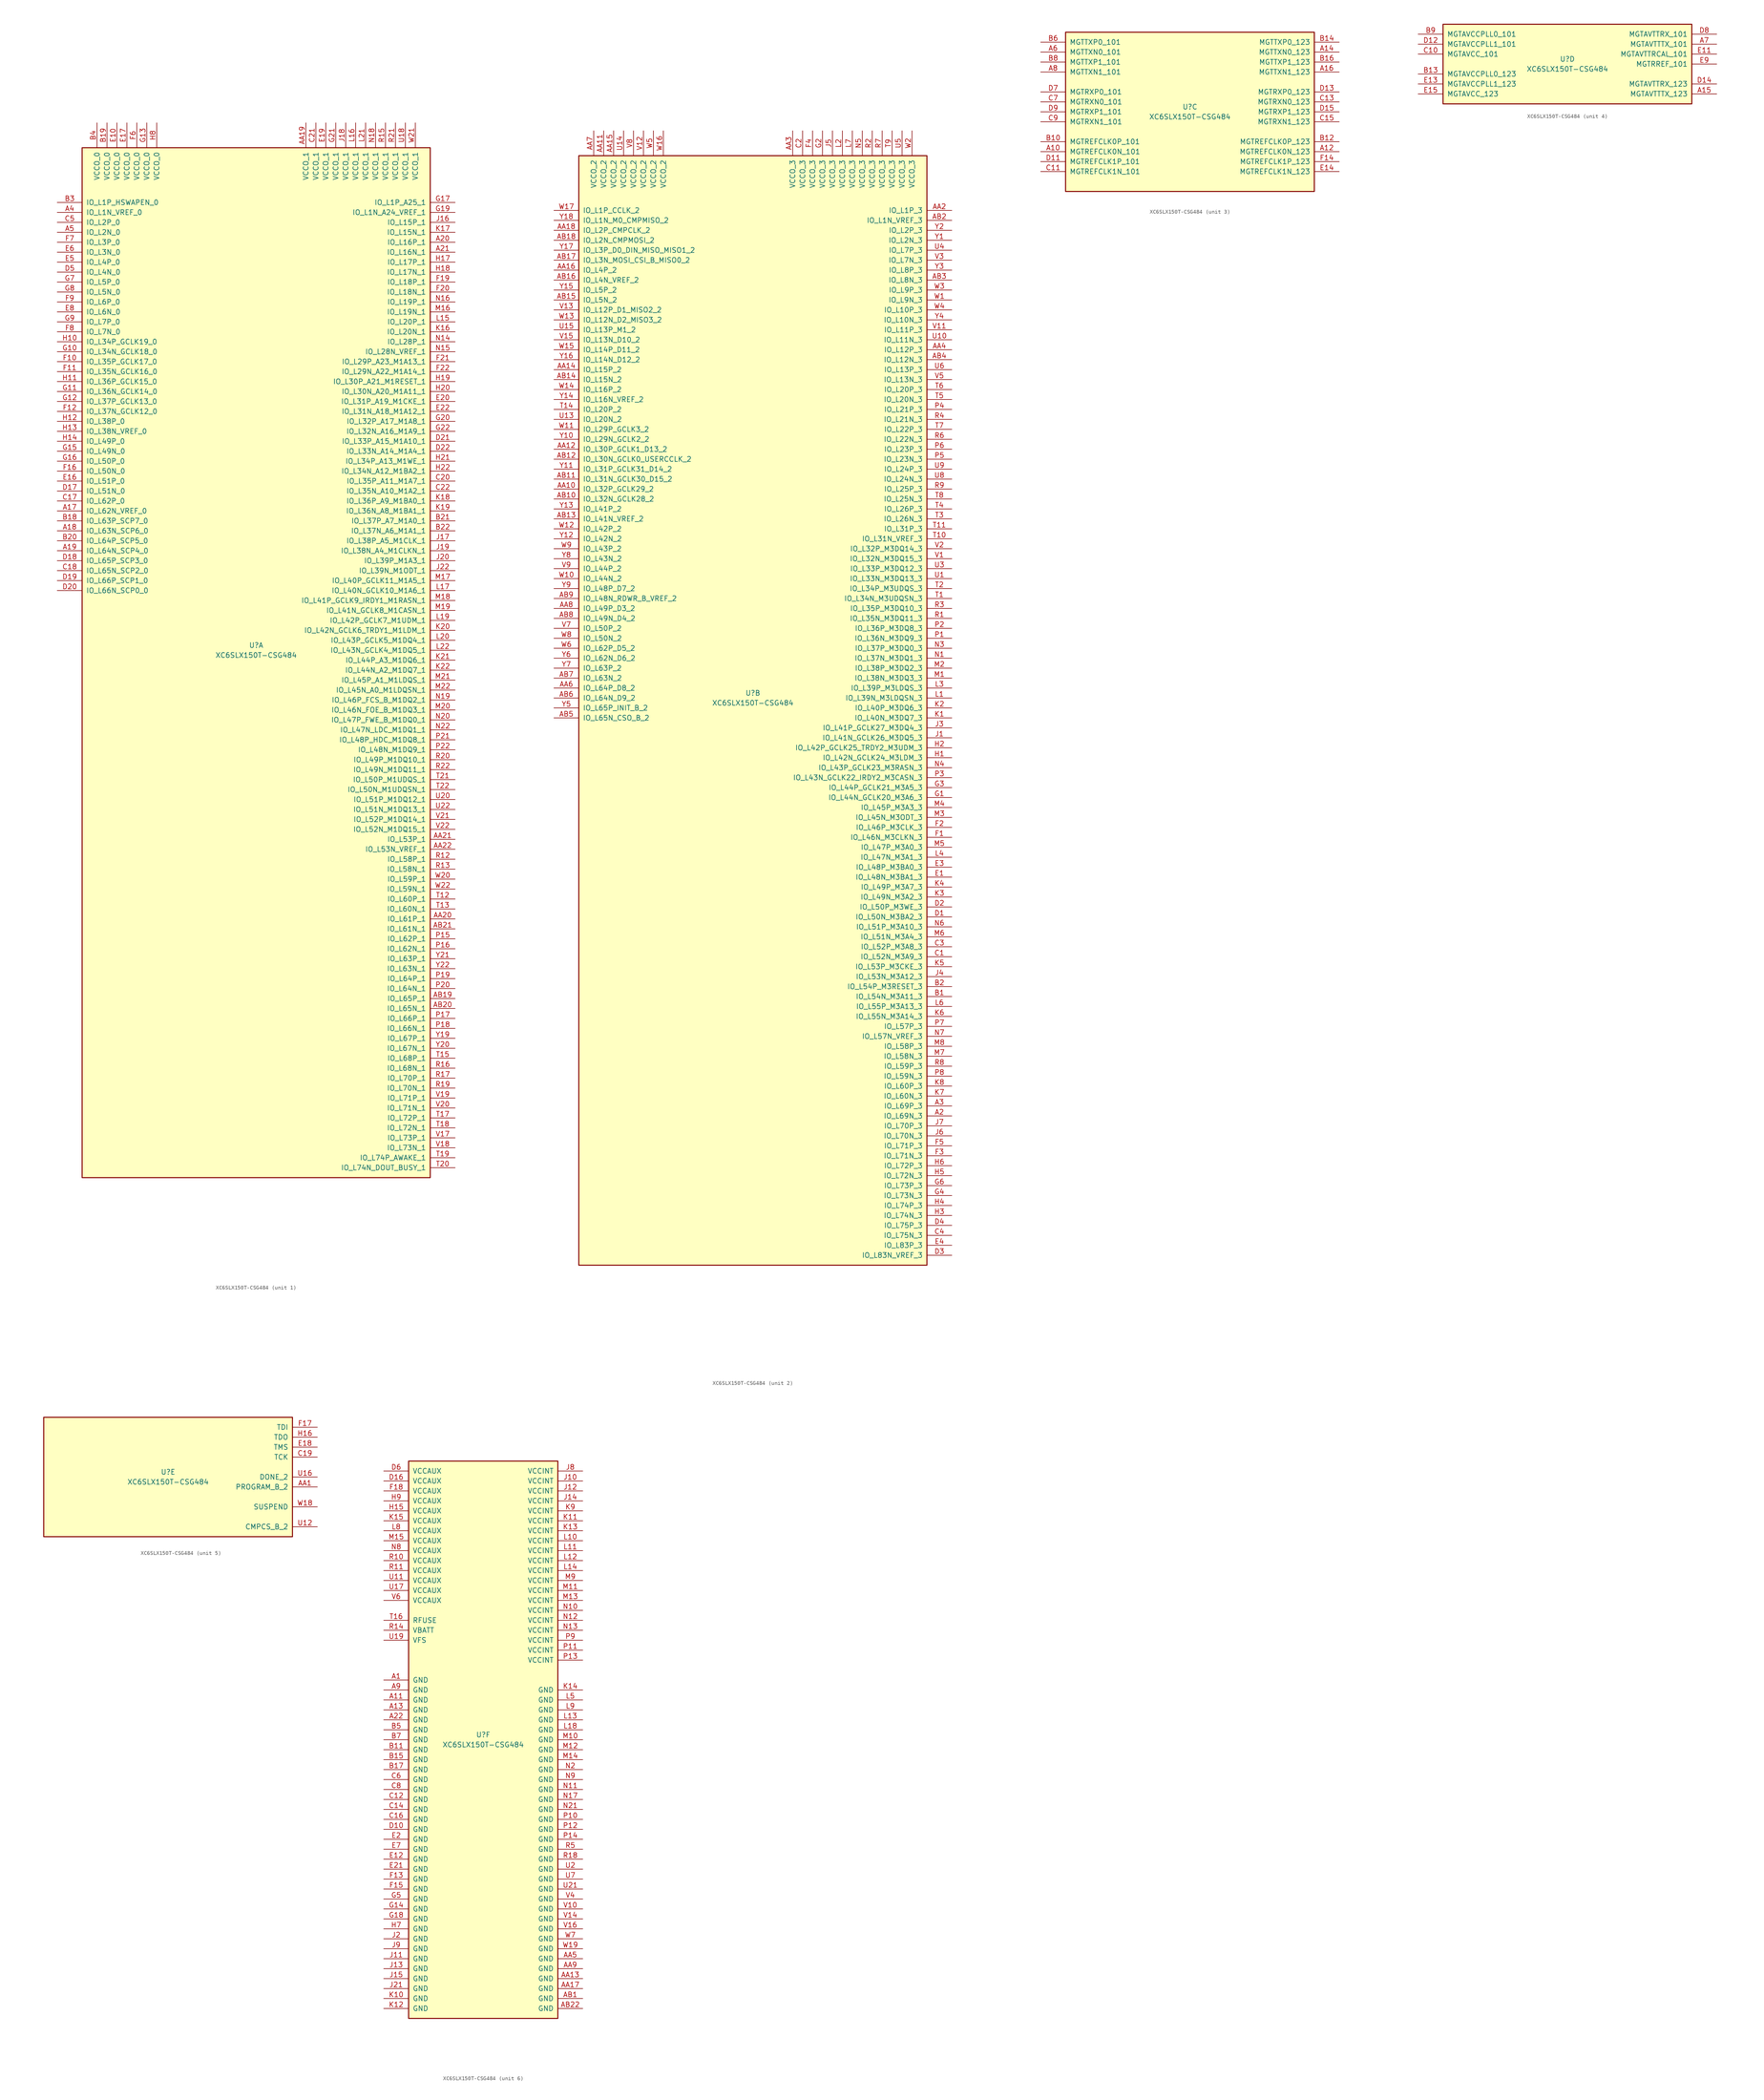
<source format=kicad_sym>
(kicad_symbol_lib
  (version 20201005)
  (generator kicad_symbol_editor)
  (symbol "FPGA_Xilinx_Spartan6:XC6SLX150T-CSG484"
    (pin_names
      (offset 1.016))
    (property "Reference" "U"
      (at 0 1.27 0)
      (effects (font (size 1.27 1.27))))
    (property "Value" "XC6SLX150T-CSG484"
      (at 0 -1.27 0)
      (effects (font (size 1.27 1.27))))
    (property "Datasheet" ""
      (at 0 0 0)
      (effects (font (size 1.27 1.27))))
    (property "ki_locked" ""
      (at 0 0 0)
      (effects (font (size 1.27 1.27))))
    (symbol "XC6SLX150T-CSG484_1_1"
      (rectangle (start -44.45 128.27) (end 44.45 -134.62) (stroke (width 0.254)) (fill (type background)))
      (pin power_in line (at -40.64 134.62 270) (length 6.35) (name "VCCO_0" (effects (font (size 1.27 1.27)))) (number "B4" (effects (font (size 1.27 1.27)))))
      (pin power_in line (at -38.1 134.62 270) (length 6.35) (name "VCCO_0" (effects (font (size 1.27 1.27)))) (number "B19" (effects (font (size 1.27 1.27)))))
      (pin power_in line (at -35.56 134.62 270) (length 6.35) (name "VCCO_0" (effects (font (size 1.27 1.27)))) (number "E10" (effects (font (size 1.27 1.27)))))
      (pin power_in line (at -33.02 134.62 270) (length 6.35) (name "VCCO_0" (effects (font (size 1.27 1.27)))) (number "E17" (effects (font (size 1.27 1.27)))))
      (pin power_in line (at -30.48 134.62 270) (length 6.35) (name "VCCO_0" (effects (font (size 1.27 1.27)))) (number "F6" (effects (font (size 1.27 1.27)))))
      (pin power_in line (at -27.94 134.62 270) (length 6.35) (name "VCCO_0" (effects (font (size 1.27 1.27)))) (number "G13" (effects (font (size 1.27 1.27)))))
      (pin power_in line (at -25.4 134.62 270) (length 6.35) (name "VCCO_0" (effects (font (size 1.27 1.27)))) (number "H8" (effects (font (size 1.27 1.27)))))
      (pin bidirectional line (at -50.8 114.3 0) (length 6.35) (name "IO_L1P_HSWAPEN_0" (effects (font (size 1.27 1.27)))) (number "B3" (effects (font (size 1.27 1.27)))))
      (pin bidirectional line (at -50.8 111.76 0) (length 6.35) (name "IO_L1N_VREF_0" (effects (font (size 1.27 1.27)))) (number "A4" (effects (font (size 1.27 1.27)))))
      (pin bidirectional line (at -50.8 109.22 0) (length 6.35) (name "IO_L2P_0" (effects (font (size 1.27 1.27)))) (number "C5" (effects (font (size 1.27 1.27)))))
      (pin bidirectional line (at -50.8 106.68 0) (length 6.35) (name "IO_L2N_0" (effects (font (size 1.27 1.27)))) (number "A5" (effects (font (size 1.27 1.27)))))
      (pin bidirectional line (at -50.8 104.14 0) (length 6.35) (name "IO_L3P_0" (effects (font (size 1.27 1.27)))) (number "F7" (effects (font (size 1.27 1.27)))))
      (pin bidirectional line (at -50.8 101.6 0) (length 6.35) (name "IO_L3N_0" (effects (font (size 1.27 1.27)))) (number "E6" (effects (font (size 1.27 1.27)))))
      (pin bidirectional line (at -50.8 99.06 0) (length 6.35) (name "IO_L4P_0" (effects (font (size 1.27 1.27)))) (number "E5" (effects (font (size 1.27 1.27)))))
      (pin bidirectional line (at -50.8 96.52 0) (length 6.35) (name "IO_L4N_0" (effects (font (size 1.27 1.27)))) (number "D5" (effects (font (size 1.27 1.27)))))
      (pin bidirectional line (at -50.8 93.98 0) (length 6.35) (name "IO_L5P_0" (effects (font (size 1.27 1.27)))) (number "G7" (effects (font (size 1.27 1.27)))))
      (pin bidirectional line (at -50.8 91.44 0) (length 6.35) (name "IO_L5N_0" (effects (font (size 1.27 1.27)))) (number "G8" (effects (font (size 1.27 1.27)))))
      (pin bidirectional line (at -50.8 88.9 0) (length 6.35) (name "IO_L6P_0" (effects (font (size 1.27 1.27)))) (number "F9" (effects (font (size 1.27 1.27)))))
      (pin bidirectional line (at -50.8 86.36 0) (length 6.35) (name "IO_L6N_0" (effects (font (size 1.27 1.27)))) (number "E8" (effects (font (size 1.27 1.27)))))
      (pin bidirectional line (at -50.8 83.82 0) (length 6.35) (name "IO_L7P_0" (effects (font (size 1.27 1.27)))) (number "G9" (effects (font (size 1.27 1.27)))))
      (pin bidirectional line (at -50.8 81.28 0) (length 6.35) (name "IO_L7N_0" (effects (font (size 1.27 1.27)))) (number "F8" (effects (font (size 1.27 1.27)))))
      (pin bidirectional line (at -50.8 78.74 0) (length 6.35) (name "IO_L34P_GCLK19_0" (effects (font (size 1.27 1.27)))) (number "H10" (effects (font (size 1.27 1.27)))))
      (pin bidirectional line (at -50.8 76.2 0) (length 6.35) (name "IO_L34N_GCLK18_0" (effects (font (size 1.27 1.27)))) (number "G10" (effects (font (size 1.27 1.27)))))
      (pin bidirectional line (at -50.8 73.66 0) (length 6.35) (name "IO_L35P_GCLK17_0" (effects (font (size 1.27 1.27)))) (number "F10" (effects (font (size 1.27 1.27)))))
      (pin bidirectional line (at -50.8 71.12 0) (length 6.35) (name "IO_L35N_GCLK16_0" (effects (font (size 1.27 1.27)))) (number "F11" (effects (font (size 1.27 1.27)))))
      (pin bidirectional line (at -50.8 68.58 0) (length 6.35) (name "IO_L36P_GCLK15_0" (effects (font (size 1.27 1.27)))) (number "H11" (effects (font (size 1.27 1.27)))))
      (pin bidirectional line (at -50.8 66.04 0) (length 6.35) (name "IO_L36N_GCLK14_0" (effects (font (size 1.27 1.27)))) (number "G11" (effects (font (size 1.27 1.27)))))
      (pin bidirectional line (at -50.8 63.5 0) (length 6.35) (name "IO_L37P_GCLK13_0" (effects (font (size 1.27 1.27)))) (number "G12" (effects (font (size 1.27 1.27)))))
      (pin bidirectional line (at -50.8 60.96 0) (length 6.35) (name "IO_L37N_GCLK12_0" (effects (font (size 1.27 1.27)))) (number "F12" (effects (font (size 1.27 1.27)))))
      (pin bidirectional line (at -50.8 58.42 0) (length 6.35) (name "IO_L38P_0" (effects (font (size 1.27 1.27)))) (number "H12" (effects (font (size 1.27 1.27)))))
      (pin bidirectional line (at -50.8 55.88 0) (length 6.35) (name "IO_L38N_VREF_0" (effects (font (size 1.27 1.27)))) (number "H13" (effects (font (size 1.27 1.27)))))
      (pin bidirectional line (at -50.8 53.34 0) (length 6.35) (name "IO_L49P_0" (effects (font (size 1.27 1.27)))) (number "H14" (effects (font (size 1.27 1.27)))))
      (pin bidirectional line (at -50.8 50.8 0) (length 6.35) (name "IO_L49N_0" (effects (font (size 1.27 1.27)))) (number "G15" (effects (font (size 1.27 1.27)))))
      (pin bidirectional line (at -50.8 48.26 0) (length 6.35) (name "IO_L50P_0" (effects (font (size 1.27 1.27)))) (number "G16" (effects (font (size 1.27 1.27)))))
      (pin bidirectional line (at -50.8 45.72 0) (length 6.35) (name "IO_L50N_0" (effects (font (size 1.27 1.27)))) (number "F16" (effects (font (size 1.27 1.27)))))
      (pin bidirectional line (at -50.8 43.18 0) (length 6.35) (name "IO_L51P_0" (effects (font (size 1.27 1.27)))) (number "E16" (effects (font (size 1.27 1.27)))))
      (pin bidirectional line (at -50.8 40.64 0) (length 6.35) (name "IO_L51N_0" (effects (font (size 1.27 1.27)))) (number "D17" (effects (font (size 1.27 1.27)))))
      (pin bidirectional line (at -50.8 38.1 0) (length 6.35) (name "IO_L62P_0" (effects (font (size 1.27 1.27)))) (number "C17" (effects (font (size 1.27 1.27)))))
      (pin bidirectional line (at -50.8 35.56 0) (length 6.35) (name "IO_L62N_VREF_0" (effects (font (size 1.27 1.27)))) (number "A17" (effects (font (size 1.27 1.27)))))
      (pin bidirectional line (at -50.8 33.02 0) (length 6.35) (name "IO_L63P_SCP7_0" (effects (font (size 1.27 1.27)))) (number "B18" (effects (font (size 1.27 1.27)))))
      (pin bidirectional line (at -50.8 30.48 0) (length 6.35) (name "IO_L63N_SCP6_0" (effects (font (size 1.27 1.27)))) (number "A18" (effects (font (size 1.27 1.27)))))
      (pin bidirectional line (at -50.8 27.94 0) (length 6.35) (name "IO_L64P_SCP5_0" (effects (font (size 1.27 1.27)))) (number "B20" (effects (font (size 1.27 1.27)))))
      (pin bidirectional line (at -50.8 25.4 0) (length 6.35) (name "IO_L64N_SCP4_0" (effects (font (size 1.27 1.27)))) (number "A19" (effects (font (size 1.27 1.27)))))
      (pin bidirectional line (at -50.8 22.86 0) (length 6.35) (name "IO_L65P_SCP3_0" (effects (font (size 1.27 1.27)))) (number "D18" (effects (font (size 1.27 1.27)))))
      (pin bidirectional line (at -50.8 20.32 0) (length 6.35) (name "IO_L65N_SCP2_0" (effects (font (size 1.27 1.27)))) (number "C18" (effects (font (size 1.27 1.27)))))
      (pin bidirectional line (at -50.8 17.78 0) (length 6.35) (name "IO_L66P_SCP1_0" (effects (font (size 1.27 1.27)))) (number "D19" (effects (font (size 1.27 1.27)))))
      (pin bidirectional line (at -50.8 15.24 0) (length 6.35) (name "IO_L66N_SCP0_0" (effects (font (size 1.27 1.27)))) (number "D20" (effects (font (size 1.27 1.27)))))
      (pin power_in line (at 12.7 134.62 270) (length 6.35) (name "VCCO_1" (effects (font (size 1.27 1.27)))) (number "AA19" (effects (font (size 1.27 1.27)))))
      (pin power_in line (at 15.24 134.62 270) (length 6.35) (name "VCCO_1" (effects (font (size 1.27 1.27)))) (number "C21" (effects (font (size 1.27 1.27)))))
      (pin power_in line (at 17.78 134.62 270) (length 6.35) (name "VCCO_1" (effects (font (size 1.27 1.27)))) (number "E19" (effects (font (size 1.27 1.27)))))
      (pin power_in line (at 20.32 134.62 270) (length 6.35) (name "VCCO_1" (effects (font (size 1.27 1.27)))) (number "G21" (effects (font (size 1.27 1.27)))))
      (pin power_in line (at 22.86 134.62 270) (length 6.35) (name "VCCO_1" (effects (font (size 1.27 1.27)))) (number "J18" (effects (font (size 1.27 1.27)))))
      (pin power_in line (at 25.4 134.62 270) (length 6.35) (name "VCCO_1" (effects (font (size 1.27 1.27)))) (number "L16" (effects (font (size 1.27 1.27)))))
      (pin power_in line (at 27.94 134.62 270) (length 6.35) (name "VCCO_1" (effects (font (size 1.27 1.27)))) (number "L21" (effects (font (size 1.27 1.27)))))
      (pin power_in line (at 30.48 134.62 270) (length 6.35) (name "VCCO_1" (effects (font (size 1.27 1.27)))) (number "N18" (effects (font (size 1.27 1.27)))))
      (pin power_in line (at 33.02 134.62 270) (length 6.35) (name "VCCO_1" (effects (font (size 1.27 1.27)))) (number "R15" (effects (font (size 1.27 1.27)))))
      (pin power_in line (at 35.56 134.62 270) (length 6.35) (name "VCCO_1" (effects (font (size 1.27 1.27)))) (number "R21" (effects (font (size 1.27 1.27)))))
      (pin power_in line (at 38.1 134.62 270) (length 6.35) (name "VCCO_1" (effects (font (size 1.27 1.27)))) (number "U18" (effects (font (size 1.27 1.27)))))
      (pin power_in line (at 40.64 134.62 270) (length 6.35) (name "VCCO_1" (effects (font (size 1.27 1.27)))) (number "W21" (effects (font (size 1.27 1.27)))))
      (pin bidirectional line (at 50.8 114.3 180) (length 6.35) (name "IO_L1P_A25_1" (effects (font (size 1.27 1.27)))) (number "G17" (effects (font (size 1.27 1.27)))))
      (pin bidirectional line (at 50.8 111.76 180) (length 6.35) (name "IO_L1N_A24_VREF_1" (effects (font (size 1.27 1.27)))) (number "G19" (effects (font (size 1.27 1.27)))))
      (pin bidirectional line (at 50.8 109.22 180) (length 6.35) (name "IO_L15P_1" (effects (font (size 1.27 1.27)))) (number "J16" (effects (font (size 1.27 1.27)))))
      (pin bidirectional line (at 50.8 106.68 180) (length 6.35) (name "IO_L15N_1" (effects (font (size 1.27 1.27)))) (number "K17" (effects (font (size 1.27 1.27)))))
      (pin bidirectional line (at 50.8 104.14 180) (length 6.35) (name "IO_L16P_1" (effects (font (size 1.27 1.27)))) (number "A20" (effects (font (size 1.27 1.27)))))
      (pin bidirectional line (at 50.8 101.6 180) (length 6.35) (name "IO_L16N_1" (effects (font (size 1.27 1.27)))) (number "A21" (effects (font (size 1.27 1.27)))))
      (pin bidirectional line (at 50.8 99.06 180) (length 6.35) (name "IO_L17P_1" (effects (font (size 1.27 1.27)))) (number "H17" (effects (font (size 1.27 1.27)))))
      (pin bidirectional line (at 50.8 96.52 180) (length 6.35) (name "IO_L17N_1" (effects (font (size 1.27 1.27)))) (number "H18" (effects (font (size 1.27 1.27)))))
      (pin bidirectional line (at 50.8 93.98 180) (length 6.35) (name "IO_L18P_1" (effects (font (size 1.27 1.27)))) (number "F19" (effects (font (size 1.27 1.27)))))
      (pin bidirectional line (at 50.8 91.44 180) (length 6.35) (name "IO_L18N_1" (effects (font (size 1.27 1.27)))) (number "F20" (effects (font (size 1.27 1.27)))))
      (pin bidirectional line (at 50.8 88.9 180) (length 6.35) (name "IO_L19P_1" (effects (font (size 1.27 1.27)))) (number "N16" (effects (font (size 1.27 1.27)))))
      (pin bidirectional line (at 50.8 86.36 180) (length 6.35) (name "IO_L19N_1" (effects (font (size 1.27 1.27)))) (number "M16" (effects (font (size 1.27 1.27)))))
      (pin bidirectional line (at 50.8 83.82 180) (length 6.35) (name "IO_L20P_1" (effects (font (size 1.27 1.27)))) (number "L15" (effects (font (size 1.27 1.27)))))
      (pin bidirectional line (at 50.8 81.28 180) (length 6.35) (name "IO_L20N_1" (effects (font (size 1.27 1.27)))) (number "K16" (effects (font (size 1.27 1.27)))))
      (pin bidirectional line (at 50.8 78.74 180) (length 6.35) (name "IO_L28P_1" (effects (font (size 1.27 1.27)))) (number "N14" (effects (font (size 1.27 1.27)))))
      (pin bidirectional line (at 50.8 76.2 180) (length 6.35) (name "IO_L28N_VREF_1" (effects (font (size 1.27 1.27)))) (number "N15" (effects (font (size 1.27 1.27)))))
      (pin bidirectional line (at 50.8 73.66 180) (length 6.35) (name "IO_L29P_A23_M1A13_1" (effects (font (size 1.27 1.27)))) (number "F21" (effects (font (size 1.27 1.27)))))
      (pin bidirectional line (at 50.8 71.12 180) (length 6.35) (name "IO_L29N_A22_M1A14_1" (effects (font (size 1.27 1.27)))) (number "F22" (effects (font (size 1.27 1.27)))))
      (pin bidirectional line (at 50.8 68.58 180) (length 6.35) (name "IO_L30P_A21_M1RESET_1" (effects (font (size 1.27 1.27)))) (number "H19" (effects (font (size 1.27 1.27)))))
      (pin bidirectional line (at 50.8 66.04 180) (length 6.35) (name "IO_L30N_A20_M1A11_1" (effects (font (size 1.27 1.27)))) (number "H20" (effects (font (size 1.27 1.27)))))
      (pin bidirectional line (at 50.8 63.5 180) (length 6.35) (name "IO_L31P_A19_M1CKE_1" (effects (font (size 1.27 1.27)))) (number "E20" (effects (font (size 1.27 1.27)))))
      (pin bidirectional line (at 50.8 60.96 180) (length 6.35) (name "IO_L31N_A18_M1A12_1" (effects (font (size 1.27 1.27)))) (number "E22" (effects (font (size 1.27 1.27)))))
      (pin bidirectional line (at 50.8 58.42 180) (length 6.35) (name "IO_L32P_A17_M1A8_1" (effects (font (size 1.27 1.27)))) (number "G20" (effects (font (size 1.27 1.27)))))
      (pin bidirectional line (at 50.8 55.88 180) (length 6.35) (name "IO_L32N_A16_M1A9_1" (effects (font (size 1.27 1.27)))) (number "G22" (effects (font (size 1.27 1.27)))))
      (pin bidirectional line (at 50.8 53.34 180) (length 6.35) (name "IO_L33P_A15_M1A10_1" (effects (font (size 1.27 1.27)))) (number "D21" (effects (font (size 1.27 1.27)))))
      (pin bidirectional line (at 50.8 50.8 180) (length 6.35) (name "IO_L33N_A14_M1A4_1" (effects (font (size 1.27 1.27)))) (number "D22" (effects (font (size 1.27 1.27)))))
      (pin bidirectional line (at 50.8 48.26 180) (length 6.35) (name "IO_L34P_A13_M1WE_1" (effects (font (size 1.27 1.27)))) (number "H21" (effects (font (size 1.27 1.27)))))
      (pin bidirectional line (at 50.8 45.72 180) (length 6.35) (name "IO_L34N_A12_M1BA2_1" (effects (font (size 1.27 1.27)))) (number "H22" (effects (font (size 1.27 1.27)))))
      (pin bidirectional line (at 50.8 43.18 180) (length 6.35) (name "IO_L35P_A11_M1A7_1" (effects (font (size 1.27 1.27)))) (number "C20" (effects (font (size 1.27 1.27)))))
      (pin bidirectional line (at 50.8 40.64 180) (length 6.35) (name "IO_L35N_A10_M1A2_1" (effects (font (size 1.27 1.27)))) (number "C22" (effects (font (size 1.27 1.27)))))
      (pin bidirectional line (at 50.8 38.1 180) (length 6.35) (name "IO_L36P_A9_M1BA0_1" (effects (font (size 1.27 1.27)))) (number "K18" (effects (font (size 1.27 1.27)))))
      (pin bidirectional line (at 50.8 35.56 180) (length 6.35) (name "IO_L36N_A8_M1BA1_1" (effects (font (size 1.27 1.27)))) (number "K19" (effects (font (size 1.27 1.27)))))
      (pin bidirectional line (at 50.8 33.02 180) (length 6.35) (name "IO_L37P_A7_M1A0_1" (effects (font (size 1.27 1.27)))) (number "B21" (effects (font (size 1.27 1.27)))))
      (pin bidirectional line (at 50.8 30.48 180) (length 6.35) (name "IO_L37N_A6_M1A1_1" (effects (font (size 1.27 1.27)))) (number "B22" (effects (font (size 1.27 1.27)))))
      (pin bidirectional line (at 50.8 27.94 180) (length 6.35) (name "IO_L38P_A5_M1CLK_1" (effects (font (size 1.27 1.27)))) (number "J17" (effects (font (size 1.27 1.27)))))
      (pin bidirectional line (at 50.8 25.4 180) (length 6.35) (name "IO_L38N_A4_M1CLKN_1" (effects (font (size 1.27 1.27)))) (number "J19" (effects (font (size 1.27 1.27)))))
      (pin bidirectional line (at 50.8 22.86 180) (length 6.35) (name "IO_L39P_M1A3_1" (effects (font (size 1.27 1.27)))) (number "J20" (effects (font (size 1.27 1.27)))))
      (pin bidirectional line (at 50.8 20.32 180) (length 6.35) (name "IO_L39N_M1ODT_1" (effects (font (size 1.27 1.27)))) (number "J22" (effects (font (size 1.27 1.27)))))
      (pin bidirectional line (at 50.8 17.78 180) (length 6.35) (name "IO_L40P_GCLK11_M1A5_1" (effects (font (size 1.27 1.27)))) (number "M17" (effects (font (size 1.27 1.27)))))
      (pin bidirectional line (at 50.8 15.24 180) (length 6.35) (name "IO_L40N_GCLK10_M1A6_1" (effects (font (size 1.27 1.27)))) (number "L17" (effects (font (size 1.27 1.27)))))
      (pin bidirectional line (at 50.8 12.7 180) (length 6.35) (name "IO_L41P_GCLK9_IRDY1_M1RASN_1" (effects (font (size 1.27 1.27)))) (number "M18" (effects (font (size 1.27 1.27)))))
      (pin bidirectional line (at 50.8 10.16 180) (length 6.35) (name "IO_L41N_GCLK8_M1CASN_1" (effects (font (size 1.27 1.27)))) (number "M19" (effects (font (size 1.27 1.27)))))
      (pin bidirectional line (at 50.8 7.62 180) (length 6.35) (name "IO_L42P_GCLK7_M1UDM_1" (effects (font (size 1.27 1.27)))) (number "L19" (effects (font (size 1.27 1.27)))))
      (pin bidirectional line (at 50.8 5.08 180) (length 6.35) (name "IO_L42N_GCLK6_TRDY1_M1LDM_1" (effects (font (size 1.27 1.27)))) (number "K20" (effects (font (size 1.27 1.27)))))
      (pin bidirectional line (at 50.8 2.54 180) (length 6.35) (name "IO_L43P_GCLK5_M1DQ4_1" (effects (font (size 1.27 1.27)))) (number "L20" (effects (font (size 1.27 1.27)))))
      (pin bidirectional line (at 50.8 0 180) (length 6.35) (name "IO_L43N_GCLK4_M1DQ5_1" (effects (font (size 1.27 1.27)))) (number "L22" (effects (font (size 1.27 1.27)))))
      (pin bidirectional line (at 50.8 -2.54 180) (length 6.35) (name "IO_L44P_A3_M1DQ6_1" (effects (font (size 1.27 1.27)))) (number "K21" (effects (font (size 1.27 1.27)))))
      (pin bidirectional line (at 50.8 -5.08 180) (length 6.35) (name "IO_L44N_A2_M1DQ7_1" (effects (font (size 1.27 1.27)))) (number "K22" (effects (font (size 1.27 1.27)))))
      (pin bidirectional line (at 50.8 -7.62 180) (length 6.35) (name "IO_L45P_A1_M1LDQS_1" (effects (font (size 1.27 1.27)))) (number "M21" (effects (font (size 1.27 1.27)))))
      (pin bidirectional line (at 50.8 -10.16 180) (length 6.35) (name "IO_L45N_A0_M1LDQSN_1" (effects (font (size 1.27 1.27)))) (number "M22" (effects (font (size 1.27 1.27)))))
      (pin bidirectional line (at 50.8 -12.7 180) (length 6.35) (name "IO_L46P_FCS_B_M1DQ2_1" (effects (font (size 1.27 1.27)))) (number "N19" (effects (font (size 1.27 1.27)))))
      (pin bidirectional line (at 50.8 -15.24 180) (length 6.35) (name "IO_L46N_FOE_B_M1DQ3_1" (effects (font (size 1.27 1.27)))) (number "M20" (effects (font (size 1.27 1.27)))))
      (pin bidirectional line (at 50.8 -17.78 180) (length 6.35) (name "IO_L47P_FWE_B_M1DQ0_1" (effects (font (size 1.27 1.27)))) (number "N20" (effects (font (size 1.27 1.27)))))
      (pin bidirectional line (at 50.8 -20.32 180) (length 6.35) (name "IO_L47N_LDC_M1DQ1_1" (effects (font (size 1.27 1.27)))) (number "N22" (effects (font (size 1.27 1.27)))))
      (pin bidirectional line (at 50.8 -22.86 180) (length 6.35) (name "IO_L48P_HDC_M1DQ8_1" (effects (font (size 1.27 1.27)))) (number "P21" (effects (font (size 1.27 1.27)))))
      (pin bidirectional line (at 50.8 -25.4 180) (length 6.35) (name "IO_L48N_M1DQ9_1" (effects (font (size 1.27 1.27)))) (number "P22" (effects (font (size 1.27 1.27)))))
      (pin bidirectional line (at 50.8 -27.94 180) (length 6.35) (name "IO_L49P_M1DQ10_1" (effects (font (size 1.27 1.27)))) (number "R20" (effects (font (size 1.27 1.27)))))
      (pin bidirectional line (at 50.8 -30.48 180) (length 6.35) (name "IO_L49N_M1DQ11_1" (effects (font (size 1.27 1.27)))) (number "R22" (effects (font (size 1.27 1.27)))))
      (pin bidirectional line (at 50.8 -33.02 180) (length 6.35) (name "IO_L50P_M1UDQS_1" (effects (font (size 1.27 1.27)))) (number "T21" (effects (font (size 1.27 1.27)))))
      (pin bidirectional line (at 50.8 -35.56 180) (length 6.35) (name "IO_L50N_M1UDQSN_1" (effects (font (size 1.27 1.27)))) (number "T22" (effects (font (size 1.27 1.27)))))
      (pin bidirectional line (at 50.8 -38.1 180) (length 6.35) (name "IO_L51P_M1DQ12_1" (effects (font (size 1.27 1.27)))) (number "U20" (effects (font (size 1.27 1.27)))))
      (pin bidirectional line (at 50.8 -40.64 180) (length 6.35) (name "IO_L51N_M1DQ13_1" (effects (font (size 1.27 1.27)))) (number "U22" (effects (font (size 1.27 1.27)))))
      (pin bidirectional line (at 50.8 -43.18 180) (length 6.35) (name "IO_L52P_M1DQ14_1" (effects (font (size 1.27 1.27)))) (number "V21" (effects (font (size 1.27 1.27)))))
      (pin bidirectional line (at 50.8 -45.72 180) (length 6.35) (name "IO_L52N_M1DQ15_1" (effects (font (size 1.27 1.27)))) (number "V22" (effects (font (size 1.27 1.27)))))
      (pin bidirectional line (at 50.8 -48.26 180) (length 6.35) (name "IO_L53P_1" (effects (font (size 1.27 1.27)))) (number "AA21" (effects (font (size 1.27 1.27)))))
      (pin bidirectional line (at 50.8 -50.8 180) (length 6.35) (name "IO_L53N_VREF_1" (effects (font (size 1.27 1.27)))) (number "AA22" (effects (font (size 1.27 1.27)))))
      (pin bidirectional line (at 50.8 -53.34 180) (length 6.35) (name "IO_L58P_1" (effects (font (size 1.27 1.27)))) (number "R12" (effects (font (size 1.27 1.27)))))
      (pin bidirectional line (at 50.8 -55.88 180) (length 6.35) (name "IO_L58N_1" (effects (font (size 1.27 1.27)))) (number "R13" (effects (font (size 1.27 1.27)))))
      (pin bidirectional line (at 50.8 -58.42 180) (length 6.35) (name "IO_L59P_1" (effects (font (size 1.27 1.27)))) (number "W20" (effects (font (size 1.27 1.27)))))
      (pin bidirectional line (at 50.8 -60.96 180) (length 6.35) (name "IO_L59N_1" (effects (font (size 1.27 1.27)))) (number "W22" (effects (font (size 1.27 1.27)))))
      (pin bidirectional line (at 50.8 -63.5 180) (length 6.35) (name "IO_L60P_1" (effects (font (size 1.27 1.27)))) (number "T12" (effects (font (size 1.27 1.27)))))
      (pin bidirectional line (at 50.8 -66.04 180) (length 6.35) (name "IO_L60N_1" (effects (font (size 1.27 1.27)))) (number "T13" (effects (font (size 1.27 1.27)))))
      (pin bidirectional line (at 50.8 -68.58 180) (length 6.35) (name "IO_L61P_1" (effects (font (size 1.27 1.27)))) (number "AA20" (effects (font (size 1.27 1.27)))))
      (pin bidirectional line (at 50.8 -71.12 180) (length 6.35) (name "IO_L61N_1" (effects (font (size 1.27 1.27)))) (number "AB21" (effects (font (size 1.27 1.27)))))
      (pin bidirectional line (at 50.8 -73.66 180) (length 6.35) (name "IO_L62P_1" (effects (font (size 1.27 1.27)))) (number "P15" (effects (font (size 1.27 1.27)))))
      (pin bidirectional line (at 50.8 -76.2 180) (length 6.35) (name "IO_L62N_1" (effects (font (size 1.27 1.27)))) (number "P16" (effects (font (size 1.27 1.27)))))
      (pin bidirectional line (at 50.8 -78.74 180) (length 6.35) (name "IO_L63P_1" (effects (font (size 1.27 1.27)))) (number "Y21" (effects (font (size 1.27 1.27)))))
      (pin bidirectional line (at 50.8 -81.28 180) (length 6.35) (name "IO_L63N_1" (effects (font (size 1.27 1.27)))) (number "Y22" (effects (font (size 1.27 1.27)))))
      (pin bidirectional line (at 50.8 -83.82 180) (length 6.35) (name "IO_L64P_1" (effects (font (size 1.27 1.27)))) (number "P19" (effects (font (size 1.27 1.27)))))
      (pin bidirectional line (at 50.8 -86.36 180) (length 6.35) (name "IO_L64N_1" (effects (font (size 1.27 1.27)))) (number "P20" (effects (font (size 1.27 1.27)))))
      (pin bidirectional line (at 50.8 -88.9 180) (length 6.35) (name "IO_L65P_1" (effects (font (size 1.27 1.27)))) (number "AB19" (effects (font (size 1.27 1.27)))))
      (pin bidirectional line (at 50.8 -91.44 180) (length 6.35) (name "IO_L65N_1" (effects (font (size 1.27 1.27)))) (number "AB20" (effects (font (size 1.27 1.27)))))
      (pin bidirectional line (at 50.8 -93.98 180) (length 6.35) (name "IO_L66P_1" (effects (font (size 1.27 1.27)))) (number "P17" (effects (font (size 1.27 1.27)))))
      (pin bidirectional line (at 50.8 -96.52 180) (length 6.35) (name "IO_L66N_1" (effects (font (size 1.27 1.27)))) (number "P18" (effects (font (size 1.27 1.27)))))
      (pin bidirectional line (at 50.8 -99.06 180) (length 6.35) (name "IO_L67P_1" (effects (font (size 1.27 1.27)))) (number "Y19" (effects (font (size 1.27 1.27)))))
      (pin bidirectional line (at 50.8 -101.6 180) (length 6.35) (name "IO_L67N_1" (effects (font (size 1.27 1.27)))) (number "Y20" (effects (font (size 1.27 1.27)))))
      (pin bidirectional line (at 50.8 -104.14 180) (length 6.35) (name "IO_L68P_1" (effects (font (size 1.27 1.27)))) (number "T15" (effects (font (size 1.27 1.27)))))
      (pin bidirectional line (at 50.8 -106.68 180) (length 6.35) (name "IO_L68N_1" (effects (font (size 1.27 1.27)))) (number "R16" (effects (font (size 1.27 1.27)))))
      (pin bidirectional line (at 50.8 -109.22 180) (length 6.35) (name "IO_L70P_1" (effects (font (size 1.27 1.27)))) (number "R17" (effects (font (size 1.27 1.27)))))
      (pin bidirectional line (at 50.8 -111.76 180) (length 6.35) (name "IO_L70N_1" (effects (font (size 1.27 1.27)))) (number "R19" (effects (font (size 1.27 1.27)))))
      (pin bidirectional line (at 50.8 -114.3 180) (length 6.35) (name "IO_L71P_1" (effects (font (size 1.27 1.27)))) (number "V19" (effects (font (size 1.27 1.27)))))
      (pin bidirectional line (at 50.8 -116.84 180) (length 6.35) (name "IO_L71N_1" (effects (font (size 1.27 1.27)))) (number "V20" (effects (font (size 1.27 1.27)))))
      (pin bidirectional line (at 50.8 -119.38 180) (length 6.35) (name "IO_L72P_1" (effects (font (size 1.27 1.27)))) (number "T17" (effects (font (size 1.27 1.27)))))
      (pin bidirectional line (at 50.8 -121.92 180) (length 6.35) (name "IO_L72N_1" (effects (font (size 1.27 1.27)))) (number "T18" (effects (font (size 1.27 1.27)))))
      (pin bidirectional line (at 50.8 -124.46 180) (length 6.35) (name "IO_L73P_1" (effects (font (size 1.27 1.27)))) (number "V17" (effects (font (size 1.27 1.27)))))
      (pin bidirectional line (at 50.8 -127 180) (length 6.35) (name "IO_L73N_1" (effects (font (size 1.27 1.27)))) (number "V18" (effects (font (size 1.27 1.27)))))
      (pin bidirectional line (at 50.8 -129.54 180) (length 6.35) (name "IO_L74P_AWAKE_1" (effects (font (size 1.27 1.27)))) (number "T19" (effects (font (size 1.27 1.27)))))
      (pin bidirectional line (at 50.8 -132.08 180) (length 6.35) (name "IO_L74N_DOUT_BUSY_1" (effects (font (size 1.27 1.27)))) (number "T20" (effects (font (size 1.27 1.27))))))
    (symbol "XC6SLX150T-CSG484_2_1"
      (rectangle (start -44.45 138.43) (end 44.45 -144.78) (stroke (width 0.254)) (fill (type background)))
      (pin power_in line (at -40.64 144.78 270) (length 6.35) (name "VCCO_2" (effects (font (size 1.27 1.27)))) (number "AA7" (effects (font (size 1.27 1.27)))))
      (pin power_in line (at -38.1 144.78 270) (length 6.35) (name "VCCO_2" (effects (font (size 1.27 1.27)))) (number "AA11" (effects (font (size 1.27 1.27)))))
      (pin power_in line (at -35.56 144.78 270) (length 6.35) (name "VCCO_2" (effects (font (size 1.27 1.27)))) (number "AA15" (effects (font (size 1.27 1.27)))))
      (pin power_in line (at -33.02 144.78 270) (length 6.35) (name "VCCO_2" (effects (font (size 1.27 1.27)))) (number "U14" (effects (font (size 1.27 1.27)))))
      (pin power_in line (at -30.48 144.78 270) (length 6.35) (name "VCCO_2" (effects (font (size 1.27 1.27)))) (number "V8" (effects (font (size 1.27 1.27)))))
      (pin power_in line (at -27.94 144.78 270) (length 6.35) (name "VCCO_2" (effects (font (size 1.27 1.27)))) (number "V12" (effects (font (size 1.27 1.27)))))
      (pin power_in line (at -25.4 144.78 270) (length 6.35) (name "VCCO_2" (effects (font (size 1.27 1.27)))) (number "W5" (effects (font (size 1.27 1.27)))))
      (pin power_in line (at -22.86 144.78 270) (length 6.35) (name "VCCO_2" (effects (font (size 1.27 1.27)))) (number "W16" (effects (font (size 1.27 1.27)))))
      (pin bidirectional line (at -50.8 124.46 0) (length 6.35) (name "IO_L1P_CCLK_2" (effects (font (size 1.27 1.27)))) (number "W17" (effects (font (size 1.27 1.27)))))
      (pin bidirectional line (at -50.8 121.92 0) (length 6.35) (name "IO_L1N_M0_CMPMISO_2" (effects (font (size 1.27 1.27)))) (number "Y18" (effects (font (size 1.27 1.27)))))
      (pin bidirectional line (at -50.8 119.38 0) (length 6.35) (name "IO_L2P_CMPCLK_2" (effects (font (size 1.27 1.27)))) (number "AA18" (effects (font (size 1.27 1.27)))))
      (pin bidirectional line (at -50.8 116.84 0) (length 6.35) (name "IO_L2N_CMPMOSI_2" (effects (font (size 1.27 1.27)))) (number "AB18" (effects (font (size 1.27 1.27)))))
      (pin bidirectional line (at -50.8 114.3 0) (length 6.35) (name "IO_L3P_D0_DIN_MISO_MISO1_2" (effects (font (size 1.27 1.27)))) (number "Y17" (effects (font (size 1.27 1.27)))))
      (pin bidirectional line (at -50.8 111.76 0) (length 6.35) (name "IO_L3N_MOSI_CSI_B_MISO0_2" (effects (font (size 1.27 1.27)))) (number "AB17" (effects (font (size 1.27 1.27)))))
      (pin bidirectional line (at -50.8 109.22 0) (length 6.35) (name "IO_L4P_2" (effects (font (size 1.27 1.27)))) (number "AA16" (effects (font (size 1.27 1.27)))))
      (pin bidirectional line (at -50.8 106.68 0) (length 6.35) (name "IO_L4N_VREF_2" (effects (font (size 1.27 1.27)))) (number "AB16" (effects (font (size 1.27 1.27)))))
      (pin bidirectional line (at -50.8 104.14 0) (length 6.35) (name "IO_L5P_2" (effects (font (size 1.27 1.27)))) (number "Y15" (effects (font (size 1.27 1.27)))))
      (pin bidirectional line (at -50.8 101.6 0) (length 6.35) (name "IO_L5N_2" (effects (font (size 1.27 1.27)))) (number "AB15" (effects (font (size 1.27 1.27)))))
      (pin bidirectional line (at -50.8 99.06 0) (length 6.35) (name "IO_L12P_D1_MISO2_2" (effects (font (size 1.27 1.27)))) (number "V13" (effects (font (size 1.27 1.27)))))
      (pin bidirectional line (at -50.8 96.52 0) (length 6.35) (name "IO_L12N_D2_MISO3_2" (effects (font (size 1.27 1.27)))) (number "W13" (effects (font (size 1.27 1.27)))))
      (pin bidirectional line (at -50.8 93.98 0) (length 6.35) (name "IO_L13P_M1_2" (effects (font (size 1.27 1.27)))) (number "U15" (effects (font (size 1.27 1.27)))))
      (pin bidirectional line (at -50.8 91.44 0) (length 6.35) (name "IO_L13N_D10_2" (effects (font (size 1.27 1.27)))) (number "V15" (effects (font (size 1.27 1.27)))))
      (pin bidirectional line (at -50.8 88.9 0) (length 6.35) (name "IO_L14P_D11_2" (effects (font (size 1.27 1.27)))) (number "W15" (effects (font (size 1.27 1.27)))))
      (pin bidirectional line (at -50.8 86.36 0) (length 6.35) (name "IO_L14N_D12_2" (effects (font (size 1.27 1.27)))) (number "Y16" (effects (font (size 1.27 1.27)))))
      (pin bidirectional line (at -50.8 83.82 0) (length 6.35) (name "IO_L15P_2" (effects (font (size 1.27 1.27)))) (number "AA14" (effects (font (size 1.27 1.27)))))
      (pin bidirectional line (at -50.8 81.28 0) (length 6.35) (name "IO_L15N_2" (effects (font (size 1.27 1.27)))) (number "AB14" (effects (font (size 1.27 1.27)))))
      (pin bidirectional line (at -50.8 78.74 0) (length 6.35) (name "IO_L16P_2" (effects (font (size 1.27 1.27)))) (number "W14" (effects (font (size 1.27 1.27)))))
      (pin bidirectional line (at -50.8 76.2 0) (length 6.35) (name "IO_L16N_VREF_2" (effects (font (size 1.27 1.27)))) (number "Y14" (effects (font (size 1.27 1.27)))))
      (pin bidirectional line (at -50.8 73.66 0) (length 6.35) (name "IO_L20P_2" (effects (font (size 1.27 1.27)))) (number "T14" (effects (font (size 1.27 1.27)))))
      (pin bidirectional line (at -50.8 71.12 0) (length 6.35) (name "IO_L20N_2" (effects (font (size 1.27 1.27)))) (number "U13" (effects (font (size 1.27 1.27)))))
      (pin bidirectional line (at -50.8 68.58 0) (length 6.35) (name "IO_L29P_GCLK3_2" (effects (font (size 1.27 1.27)))) (number "W11" (effects (font (size 1.27 1.27)))))
      (pin bidirectional line (at -50.8 66.04 0) (length 6.35) (name "IO_L29N_GCLK2_2" (effects (font (size 1.27 1.27)))) (number "Y10" (effects (font (size 1.27 1.27)))))
      (pin bidirectional line (at -50.8 63.5 0) (length 6.35) (name "IO_L30P_GCLK1_D13_2" (effects (font (size 1.27 1.27)))) (number "AA12" (effects (font (size 1.27 1.27)))))
      (pin bidirectional line (at -50.8 60.96 0) (length 6.35) (name "IO_L30N_GCLK0_USERCCLK_2" (effects (font (size 1.27 1.27)))) (number "AB12" (effects (font (size 1.27 1.27)))))
      (pin bidirectional line (at -50.8 58.42 0) (length 6.35) (name "IO_L31P_GCLK31_D14_2" (effects (font (size 1.27 1.27)))) (number "Y11" (effects (font (size 1.27 1.27)))))
      (pin bidirectional line (at -50.8 55.88 0) (length 6.35) (name "IO_L31N_GCLK30_D15_2" (effects (font (size 1.27 1.27)))) (number "AB11" (effects (font (size 1.27 1.27)))))
      (pin bidirectional line (at -50.8 53.34 0) (length 6.35) (name "IO_L32P_GCLK29_2" (effects (font (size 1.27 1.27)))) (number "AA10" (effects (font (size 1.27 1.27)))))
      (pin bidirectional line (at -50.8 50.8 0) (length 6.35) (name "IO_L32N_GCLK28_2" (effects (font (size 1.27 1.27)))) (number "AB10" (effects (font (size 1.27 1.27)))))
      (pin bidirectional line (at -50.8 48.26 0) (length 6.35) (name "IO_L41P_2" (effects (font (size 1.27 1.27)))) (number "Y13" (effects (font (size 1.27 1.27)))))
      (pin bidirectional line (at -50.8 45.72 0) (length 6.35) (name "IO_L41N_VREF_2" (effects (font (size 1.27 1.27)))) (number "AB13" (effects (font (size 1.27 1.27)))))
      (pin bidirectional line (at -50.8 43.18 0) (length 6.35) (name "IO_L42P_2" (effects (font (size 1.27 1.27)))) (number "W12" (effects (font (size 1.27 1.27)))))
      (pin bidirectional line (at -50.8 40.64 0) (length 6.35) (name "IO_L42N_2" (effects (font (size 1.27 1.27)))) (number "Y12" (effects (font (size 1.27 1.27)))))
      (pin bidirectional line (at -50.8 38.1 0) (length 6.35) (name "IO_L43P_2" (effects (font (size 1.27 1.27)))) (number "W9" (effects (font (size 1.27 1.27)))))
      (pin bidirectional line (at -50.8 35.56 0) (length 6.35) (name "IO_L43N_2" (effects (font (size 1.27 1.27)))) (number "Y8" (effects (font (size 1.27 1.27)))))
      (pin bidirectional line (at -50.8 33.02 0) (length 6.35) (name "IO_L44P_2" (effects (font (size 1.27 1.27)))) (number "V9" (effects (font (size 1.27 1.27)))))
      (pin bidirectional line (at -50.8 30.48 0) (length 6.35) (name "IO_L44N_2" (effects (font (size 1.27 1.27)))) (number "W10" (effects (font (size 1.27 1.27)))))
      (pin bidirectional line (at -50.8 27.94 0) (length 6.35) (name "IO_L48P_D7_2" (effects (font (size 1.27 1.27)))) (number "Y9" (effects (font (size 1.27 1.27)))))
      (pin bidirectional line (at -50.8 25.4 0) (length 6.35) (name "IO_L48N_RDWR_B_VREF_2" (effects (font (size 1.27 1.27)))) (number "AB9" (effects (font (size 1.27 1.27)))))
      (pin bidirectional line (at -50.8 22.86 0) (length 6.35) (name "IO_L49P_D3_2" (effects (font (size 1.27 1.27)))) (number "AA8" (effects (font (size 1.27 1.27)))))
      (pin bidirectional line (at -50.8 20.32 0) (length 6.35) (name "IO_L49N_D4_2" (effects (font (size 1.27 1.27)))) (number "AB8" (effects (font (size 1.27 1.27)))))
      (pin bidirectional line (at -50.8 17.78 0) (length 6.35) (name "IO_L50P_2" (effects (font (size 1.27 1.27)))) (number "V7" (effects (font (size 1.27 1.27)))))
      (pin bidirectional line (at -50.8 15.24 0) (length 6.35) (name "IO_L50N_2" (effects (font (size 1.27 1.27)))) (number "W8" (effects (font (size 1.27 1.27)))))
      (pin bidirectional line (at -50.8 12.7 0) (length 6.35) (name "IO_L62P_D5_2" (effects (font (size 1.27 1.27)))) (number "W6" (effects (font (size 1.27 1.27)))))
      (pin bidirectional line (at -50.8 10.16 0) (length 6.35) (name "IO_L62N_D6_2" (effects (font (size 1.27 1.27)))) (number "Y6" (effects (font (size 1.27 1.27)))))
      (pin bidirectional line (at -50.8 7.62 0) (length 6.35) (name "IO_L63P_2" (effects (font (size 1.27 1.27)))) (number "Y7" (effects (font (size 1.27 1.27)))))
      (pin bidirectional line (at -50.8 5.08 0) (length 6.35) (name "IO_L63N_2" (effects (font (size 1.27 1.27)))) (number "AB7" (effects (font (size 1.27 1.27)))))
      (pin bidirectional line (at -50.8 2.54 0) (length 6.35) (name "IO_L64P_D8_2" (effects (font (size 1.27 1.27)))) (number "AA6" (effects (font (size 1.27 1.27)))))
      (pin bidirectional line (at -50.8 0 0) (length 6.35) (name "IO_L64N_D9_2" (effects (font (size 1.27 1.27)))) (number "AB6" (effects (font (size 1.27 1.27)))))
      (pin bidirectional line (at -50.8 -2.54 0) (length 6.35) (name "IO_L65P_INIT_B_2" (effects (font (size 1.27 1.27)))) (number "Y5" (effects (font (size 1.27 1.27)))))
      (pin bidirectional line (at -50.8 -5.08 0) (length 6.35) (name "IO_L65N_CSO_B_2" (effects (font (size 1.27 1.27)))) (number "AB5" (effects (font (size 1.27 1.27)))))
      (pin power_in line (at 10.16 144.78 270) (length 6.35) (name "VCCO_3" (effects (font (size 1.27 1.27)))) (number "AA3" (effects (font (size 1.27 1.27)))))
      (pin power_in line (at 12.7 144.78 270) (length 6.35) (name "VCCO_3" (effects (font (size 1.27 1.27)))) (number "C2" (effects (font (size 1.27 1.27)))))
      (pin power_in line (at 15.24 144.78 270) (length 6.35) (name "VCCO_3" (effects (font (size 1.27 1.27)))) (number "F4" (effects (font (size 1.27 1.27)))))
      (pin power_in line (at 17.78 144.78 270) (length 6.35) (name "VCCO_3" (effects (font (size 1.27 1.27)))) (number "G2" (effects (font (size 1.27 1.27)))))
      (pin power_in line (at 20.32 144.78 270) (length 6.35) (name "VCCO_3" (effects (font (size 1.27 1.27)))) (number "J5" (effects (font (size 1.27 1.27)))))
      (pin power_in line (at 22.86 144.78 270) (length 6.35) (name "VCCO_3" (effects (font (size 1.27 1.27)))) (number "L2" (effects (font (size 1.27 1.27)))))
      (pin power_in line (at 25.4 144.78 270) (length 6.35) (name "VCCO_3" (effects (font (size 1.27 1.27)))) (number "L7" (effects (font (size 1.27 1.27)))))
      (pin power_in line (at 27.94 144.78 270) (length 6.35) (name "VCCO_3" (effects (font (size 1.27 1.27)))) (number "N5" (effects (font (size 1.27 1.27)))))
      (pin power_in line (at 30.48 144.78 270) (length 6.35) (name "VCCO_3" (effects (font (size 1.27 1.27)))) (number "R2" (effects (font (size 1.27 1.27)))))
      (pin power_in line (at 33.02 144.78 270) (length 6.35) (name "VCCO_3" (effects (font (size 1.27 1.27)))) (number "R7" (effects (font (size 1.27 1.27)))))
      (pin power_in line (at 35.56 144.78 270) (length 6.35) (name "VCCO_3" (effects (font (size 1.27 1.27)))) (number "T9" (effects (font (size 1.27 1.27)))))
      (pin power_in line (at 38.1 144.78 270) (length 6.35) (name "VCCO_3" (effects (font (size 1.27 1.27)))) (number "U5" (effects (font (size 1.27 1.27)))))
      (pin power_in line (at 40.64 144.78 270) (length 6.35) (name "VCCO_3" (effects (font (size 1.27 1.27)))) (number "W2" (effects (font (size 1.27 1.27)))))
      (pin bidirectional line (at 50.8 124.46 180) (length 6.35) (name "IO_L1P_3" (effects (font (size 1.27 1.27)))) (number "AA2" (effects (font (size 1.27 1.27)))))
      (pin bidirectional line (at 50.8 121.92 180) (length 6.35) (name "IO_L1N_VREF_3" (effects (font (size 1.27 1.27)))) (number "AB2" (effects (font (size 1.27 1.27)))))
      (pin bidirectional line (at 50.8 119.38 180) (length 6.35) (name "IO_L2P_3" (effects (font (size 1.27 1.27)))) (number "Y2" (effects (font (size 1.27 1.27)))))
      (pin bidirectional line (at 50.8 116.84 180) (length 6.35) (name "IO_L2N_3" (effects (font (size 1.27 1.27)))) (number "Y1" (effects (font (size 1.27 1.27)))))
      (pin bidirectional line (at 50.8 114.3 180) (length 6.35) (name "IO_L7P_3" (effects (font (size 1.27 1.27)))) (number "U4" (effects (font (size 1.27 1.27)))))
      (pin bidirectional line (at 50.8 111.76 180) (length 6.35) (name "IO_L7N_3" (effects (font (size 1.27 1.27)))) (number "V3" (effects (font (size 1.27 1.27)))))
      (pin bidirectional line (at 50.8 109.22 180) (length 6.35) (name "IO_L8P_3" (effects (font (size 1.27 1.27)))) (number "Y3" (effects (font (size 1.27 1.27)))))
      (pin bidirectional line (at 50.8 106.68 180) (length 6.35) (name "IO_L8N_3" (effects (font (size 1.27 1.27)))) (number "AB3" (effects (font (size 1.27 1.27)))))
      (pin bidirectional line (at 50.8 104.14 180) (length 6.35) (name "IO_L9P_3" (effects (font (size 1.27 1.27)))) (number "W3" (effects (font (size 1.27 1.27)))))
      (pin bidirectional line (at 50.8 101.6 180) (length 6.35) (name "IO_L9N_3" (effects (font (size 1.27 1.27)))) (number "W1" (effects (font (size 1.27 1.27)))))
      (pin bidirectional line (at 50.8 99.06 180) (length 6.35) (name "IO_L10P_3" (effects (font (size 1.27 1.27)))) (number "W4" (effects (font (size 1.27 1.27)))))
      (pin bidirectional line (at 50.8 96.52 180) (length 6.35) (name "IO_L10N_3" (effects (font (size 1.27 1.27)))) (number "Y4" (effects (font (size 1.27 1.27)))))
      (pin bidirectional line (at 50.8 93.98 180) (length 6.35) (name "IO_L11P_3" (effects (font (size 1.27 1.27)))) (number "V11" (effects (font (size 1.27 1.27)))))
      (pin bidirectional line (at 50.8 91.44 180) (length 6.35) (name "IO_L11N_3" (effects (font (size 1.27 1.27)))) (number "U10" (effects (font (size 1.27 1.27)))))
      (pin bidirectional line (at 50.8 88.9 180) (length 6.35) (name "IO_L12P_3" (effects (font (size 1.27 1.27)))) (number "AA4" (effects (font (size 1.27 1.27)))))
      (pin bidirectional line (at 50.8 86.36 180) (length 6.35) (name "IO_L12N_3" (effects (font (size 1.27 1.27)))) (number "AB4" (effects (font (size 1.27 1.27)))))
      (pin bidirectional line (at 50.8 83.82 180) (length 6.35) (name "IO_L13P_3" (effects (font (size 1.27 1.27)))) (number "U6" (effects (font (size 1.27 1.27)))))
      (pin bidirectional line (at 50.8 81.28 180) (length 6.35) (name "IO_L13N_3" (effects (font (size 1.27 1.27)))) (number "V5" (effects (font (size 1.27 1.27)))))
      (pin bidirectional line (at 50.8 78.74 180) (length 6.35) (name "IO_L20P_3" (effects (font (size 1.27 1.27)))) (number "T6" (effects (font (size 1.27 1.27)))))
      (pin bidirectional line (at 50.8 76.2 180) (length 6.35) (name "IO_L20N_3" (effects (font (size 1.27 1.27)))) (number "T5" (effects (font (size 1.27 1.27)))))
      (pin bidirectional line (at 50.8 73.66 180) (length 6.35) (name "IO_L21P_3" (effects (font (size 1.27 1.27)))) (number "P4" (effects (font (size 1.27 1.27)))))
      (pin bidirectional line (at 50.8 71.12 180) (length 6.35) (name "IO_L21N_3" (effects (font (size 1.27 1.27)))) (number "R4" (effects (font (size 1.27 1.27)))))
      (pin bidirectional line (at 50.8 68.58 180) (length 6.35) (name "IO_L22P_3" (effects (font (size 1.27 1.27)))) (number "T7" (effects (font (size 1.27 1.27)))))
      (pin bidirectional line (at 50.8 66.04 180) (length 6.35) (name "IO_L22N_3" (effects (font (size 1.27 1.27)))) (number "R6" (effects (font (size 1.27 1.27)))))
      (pin bidirectional line (at 50.8 63.5 180) (length 6.35) (name "IO_L23P_3" (effects (font (size 1.27 1.27)))) (number "P6" (effects (font (size 1.27 1.27)))))
      (pin bidirectional line (at 50.8 60.96 180) (length 6.35) (name "IO_L23N_3" (effects (font (size 1.27 1.27)))) (number "P5" (effects (font (size 1.27 1.27)))))
      (pin bidirectional line (at 50.8 58.42 180) (length 6.35) (name "IO_L24P_3" (effects (font (size 1.27 1.27)))) (number "U9" (effects (font (size 1.27 1.27)))))
      (pin bidirectional line (at 50.8 55.88 180) (length 6.35) (name "IO_L24N_3" (effects (font (size 1.27 1.27)))) (number "U8" (effects (font (size 1.27 1.27)))))
      (pin bidirectional line (at 50.8 53.34 180) (length 6.35) (name "IO_L25P_3" (effects (font (size 1.27 1.27)))) (number "R9" (effects (font (size 1.27 1.27)))))
      (pin bidirectional line (at 50.8 50.8 180) (length 6.35) (name "IO_L25N_3" (effects (font (size 1.27 1.27)))) (number "T8" (effects (font (size 1.27 1.27)))))
      (pin bidirectional line (at 50.8 48.26 180) (length 6.35) (name "IO_L26P_3" (effects (font (size 1.27 1.27)))) (number "T4" (effects (font (size 1.27 1.27)))))
      (pin bidirectional line (at 50.8 45.72 180) (length 6.35) (name "IO_L26N_3" (effects (font (size 1.27 1.27)))) (number "T3" (effects (font (size 1.27 1.27)))))
      (pin bidirectional line (at 50.8 43.18 180) (length 6.35) (name "IO_L31P_3" (effects (font (size 1.27 1.27)))) (number "T11" (effects (font (size 1.27 1.27)))))
      (pin bidirectional line (at 50.8 40.64 180) (length 6.35) (name "IO_L31N_VREF_3" (effects (font (size 1.27 1.27)))) (number "T10" (effects (font (size 1.27 1.27)))))
      (pin bidirectional line (at 50.8 38.1 180) (length 6.35) (name "IO_L32P_M3DQ14_3" (effects (font (size 1.27 1.27)))) (number "V2" (effects (font (size 1.27 1.27)))))
      (pin bidirectional line (at 50.8 35.56 180) (length 6.35) (name "IO_L32N_M3DQ15_3" (effects (font (size 1.27 1.27)))) (number "V1" (effects (font (size 1.27 1.27)))))
      (pin bidirectional line (at 50.8 33.02 180) (length 6.35) (name "IO_L33P_M3DQ12_3" (effects (font (size 1.27 1.27)))) (number "U3" (effects (font (size 1.27 1.27)))))
      (pin bidirectional line (at 50.8 30.48 180) (length 6.35) (name "IO_L33N_M3DQ13_3" (effects (font (size 1.27 1.27)))) (number "U1" (effects (font (size 1.27 1.27)))))
      (pin bidirectional line (at 50.8 27.94 180) (length 6.35) (name "IO_L34P_M3UDQS_3" (effects (font (size 1.27 1.27)))) (number "T2" (effects (font (size 1.27 1.27)))))
      (pin bidirectional line (at 50.8 25.4 180) (length 6.35) (name "IO_L34N_M3UDQSN_3" (effects (font (size 1.27 1.27)))) (number "T1" (effects (font (size 1.27 1.27)))))
      (pin bidirectional line (at 50.8 22.86 180) (length 6.35) (name "IO_L35P_M3DQ10_3" (effects (font (size 1.27 1.27)))) (number "R3" (effects (font (size 1.27 1.27)))))
      (pin bidirectional line (at 50.8 20.32 180) (length 6.35) (name "IO_L35N_M3DQ11_3" (effects (font (size 1.27 1.27)))) (number "R1" (effects (font (size 1.27 1.27)))))
      (pin bidirectional line (at 50.8 17.78 180) (length 6.35) (name "IO_L36P_M3DQ8_3" (effects (font (size 1.27 1.27)))) (number "P2" (effects (font (size 1.27 1.27)))))
      (pin bidirectional line (at 50.8 15.24 180) (length 6.35) (name "IO_L36N_M3DQ9_3" (effects (font (size 1.27 1.27)))) (number "P1" (effects (font (size 1.27 1.27)))))
      (pin bidirectional line (at 50.8 12.7 180) (length 6.35) (name "IO_L37P_M3DQ0_3" (effects (font (size 1.27 1.27)))) (number "N3" (effects (font (size 1.27 1.27)))))
      (pin bidirectional line (at 50.8 10.16 180) (length 6.35) (name "IO_L37N_M3DQ1_3" (effects (font (size 1.27 1.27)))) (number "N1" (effects (font (size 1.27 1.27)))))
      (pin bidirectional line (at 50.8 7.62 180) (length 6.35) (name "IO_L38P_M3DQ2_3" (effects (font (size 1.27 1.27)))) (number "M2" (effects (font (size 1.27 1.27)))))
      (pin bidirectional line (at 50.8 5.08 180) (length 6.35) (name "IO_L38N_M3DQ3_3" (effects (font (size 1.27 1.27)))) (number "M1" (effects (font (size 1.27 1.27)))))
      (pin bidirectional line (at 50.8 2.54 180) (length 6.35) (name "IO_L39P_M3LDQS_3" (effects (font (size 1.27 1.27)))) (number "L3" (effects (font (size 1.27 1.27)))))
      (pin bidirectional line (at 50.8 0 180) (length 6.35) (name "IO_L39N_M3LDQSN_3" (effects (font (size 1.27 1.27)))) (number "L1" (effects (font (size 1.27 1.27)))))
      (pin bidirectional line (at 50.8 -2.54 180) (length 6.35) (name "IO_L40P_M3DQ6_3" (effects (font (size 1.27 1.27)))) (number "K2" (effects (font (size 1.27 1.27)))))
      (pin bidirectional line (at 50.8 -5.08 180) (length 6.35) (name "IO_L40N_M3DQ7_3" (effects (font (size 1.27 1.27)))) (number "K1" (effects (font (size 1.27 1.27)))))
      (pin bidirectional line (at 50.8 -7.62 180) (length 6.35) (name "IO_L41P_GCLK27_M3DQ4_3" (effects (font (size 1.27 1.27)))) (number "J3" (effects (font (size 1.27 1.27)))))
      (pin bidirectional line (at 50.8 -10.16 180) (length 6.35) (name "IO_L41N_GCLK26_M3DQ5_3" (effects (font (size 1.27 1.27)))) (number "J1" (effects (font (size 1.27 1.27)))))
      (pin bidirectional line (at 50.8 -12.7 180) (length 6.35) (name "IO_L42P_GCLK25_TRDY2_M3UDM_3" (effects (font (size 1.27 1.27)))) (number "H2" (effects (font (size 1.27 1.27)))))
      (pin bidirectional line (at 50.8 -15.24 180) (length 6.35) (name "IO_L42N_GCLK24_M3LDM_3" (effects (font (size 1.27 1.27)))) (number "H1" (effects (font (size 1.27 1.27)))))
      (pin bidirectional line (at 50.8 -17.78 180) (length 6.35) (name "IO_L43P_GCLK23_M3RASN_3" (effects (font (size 1.27 1.27)))) (number "N4" (effects (font (size 1.27 1.27)))))
      (pin bidirectional line (at 50.8 -20.32 180) (length 6.35) (name "IO_L43N_GCLK22_IRDY2_M3CASN_3" (effects (font (size 1.27 1.27)))) (number "P3" (effects (font (size 1.27 1.27)))))
      (pin bidirectional line (at 50.8 -22.86 180) (length 6.35) (name "IO_L44P_GCLK21_M3A5_3" (effects (font (size 1.27 1.27)))) (number "G3" (effects (font (size 1.27 1.27)))))
      (pin bidirectional line (at 50.8 -25.4 180) (length 6.35) (name "IO_L44N_GCLK20_M3A6_3" (effects (font (size 1.27 1.27)))) (number "G1" (effects (font (size 1.27 1.27)))))
      (pin bidirectional line (at 50.8 -27.94 180) (length 6.35) (name "IO_L45P_M3A3_3" (effects (font (size 1.27 1.27)))) (number "M4" (effects (font (size 1.27 1.27)))))
      (pin bidirectional line (at 50.8 -30.48 180) (length 6.35) (name "IO_L45N_M3ODT_3" (effects (font (size 1.27 1.27)))) (number "M3" (effects (font (size 1.27 1.27)))))
      (pin bidirectional line (at 50.8 -33.02 180) (length 6.35) (name "IO_L46P_M3CLK_3" (effects (font (size 1.27 1.27)))) (number "F2" (effects (font (size 1.27 1.27)))))
      (pin bidirectional line (at 50.8 -35.56 180) (length 6.35) (name "IO_L46N_M3CLKN_3" (effects (font (size 1.27 1.27)))) (number "F1" (effects (font (size 1.27 1.27)))))
      (pin bidirectional line (at 50.8 -38.1 180) (length 6.35) (name "IO_L47P_M3A0_3" (effects (font (size 1.27 1.27)))) (number "M5" (effects (font (size 1.27 1.27)))))
      (pin bidirectional line (at 50.8 -40.64 180) (length 6.35) (name "IO_L47N_M3A1_3" (effects (font (size 1.27 1.27)))) (number "L4" (effects (font (size 1.27 1.27)))))
      (pin bidirectional line (at 50.8 -43.18 180) (length 6.35) (name "IO_L48P_M3BA0_3" (effects (font (size 1.27 1.27)))) (number "E3" (effects (font (size 1.27 1.27)))))
      (pin bidirectional line (at 50.8 -45.72 180) (length 6.35) (name "IO_L48N_M3BA1_3" (effects (font (size 1.27 1.27)))) (number "E1" (effects (font (size 1.27 1.27)))))
      (pin bidirectional line (at 50.8 -48.26 180) (length 6.35) (name "IO_L49P_M3A7_3" (effects (font (size 1.27 1.27)))) (number "K4" (effects (font (size 1.27 1.27)))))
      (pin bidirectional line (at 50.8 -50.8 180) (length 6.35) (name "IO_L49N_M3A2_3" (effects (font (size 1.27 1.27)))) (number "K3" (effects (font (size 1.27 1.27)))))
      (pin bidirectional line (at 50.8 -53.34 180) (length 6.35) (name "IO_L50P_M3WE_3" (effects (font (size 1.27 1.27)))) (number "D2" (effects (font (size 1.27 1.27)))))
      (pin bidirectional line (at 50.8 -55.88 180) (length 6.35) (name "IO_L50N_M3BA2_3" (effects (font (size 1.27 1.27)))) (number "D1" (effects (font (size 1.27 1.27)))))
      (pin bidirectional line (at 50.8 -58.42 180) (length 6.35) (name "IO_L51P_M3A10_3" (effects (font (size 1.27 1.27)))) (number "N6" (effects (font (size 1.27 1.27)))))
      (pin bidirectional line (at 50.8 -60.96 180) (length 6.35) (name "IO_L51N_M3A4_3" (effects (font (size 1.27 1.27)))) (number "M6" (effects (font (size 1.27 1.27)))))
      (pin bidirectional line (at 50.8 -63.5 180) (length 6.35) (name "IO_L52P_M3A8_3" (effects (font (size 1.27 1.27)))) (number "C3" (effects (font (size 1.27 1.27)))))
      (pin bidirectional line (at 50.8 -66.04 180) (length 6.35) (name "IO_L52N_M3A9_3" (effects (font (size 1.27 1.27)))) (number "C1" (effects (font (size 1.27 1.27)))))
      (pin bidirectional line (at 50.8 -68.58 180) (length 6.35) (name "IO_L53P_M3CKE_3" (effects (font (size 1.27 1.27)))) (number "K5" (effects (font (size 1.27 1.27)))))
      (pin bidirectional line (at 50.8 -71.12 180) (length 6.35) (name "IO_L53N_M3A12_3" (effects (font (size 1.27 1.27)))) (number "J4" (effects (font (size 1.27 1.27)))))
      (pin bidirectional line (at 50.8 -73.66 180) (length 6.35) (name "IO_L54P_M3RESET_3" (effects (font (size 1.27 1.27)))) (number "B2" (effects (font (size 1.27 1.27)))))
      (pin bidirectional line (at 50.8 -76.2 180) (length 6.35) (name "IO_L54N_M3A11_3" (effects (font (size 1.27 1.27)))) (number "B1" (effects (font (size 1.27 1.27)))))
      (pin bidirectional line (at 50.8 -78.74 180) (length 6.35) (name "IO_L55P_M3A13_3" (effects (font (size 1.27 1.27)))) (number "L6" (effects (font (size 1.27 1.27)))))
      (pin bidirectional line (at 50.8 -81.28 180) (length 6.35) (name "IO_L55N_M3A14_3" (effects (font (size 1.27 1.27)))) (number "K6" (effects (font (size 1.27 1.27)))))
      (pin bidirectional line (at 50.8 -83.82 180) (length 6.35) (name "IO_L57P_3" (effects (font (size 1.27 1.27)))) (number "P7" (effects (font (size 1.27 1.27)))))
      (pin bidirectional line (at 50.8 -86.36 180) (length 6.35) (name "IO_L57N_VREF_3" (effects (font (size 1.27 1.27)))) (number "N7" (effects (font (size 1.27 1.27)))))
      (pin bidirectional line (at 50.8 -88.9 180) (length 6.35) (name "IO_L58P_3" (effects (font (size 1.27 1.27)))) (number "M8" (effects (font (size 1.27 1.27)))))
      (pin bidirectional line (at 50.8 -91.44 180) (length 6.35) (name "IO_L58N_3" (effects (font (size 1.27 1.27)))) (number "M7" (effects (font (size 1.27 1.27)))))
      (pin bidirectional line (at 50.8 -93.98 180) (length 6.35) (name "IO_L59P_3" (effects (font (size 1.27 1.27)))) (number "R8" (effects (font (size 1.27 1.27)))))
      (pin bidirectional line (at 50.8 -96.52 180) (length 6.35) (name "IO_L59N_3" (effects (font (size 1.27 1.27)))) (number "P8" (effects (font (size 1.27 1.27)))))
      (pin bidirectional line (at 50.8 -99.06 180) (length 6.35) (name "IO_L60P_3" (effects (font (size 1.27 1.27)))) (number "K8" (effects (font (size 1.27 1.27)))))
      (pin bidirectional line (at 50.8 -101.6 180) (length 6.35) (name "IO_L60N_3" (effects (font (size 1.27 1.27)))) (number "K7" (effects (font (size 1.27 1.27)))))
      (pin bidirectional line (at 50.8 -104.14 180) (length 6.35) (name "IO_L69P_3" (effects (font (size 1.27 1.27)))) (number "A3" (effects (font (size 1.27 1.27)))))
      (pin bidirectional line (at 50.8 -106.68 180) (length 6.35) (name "IO_L69N_3" (effects (font (size 1.27 1.27)))) (number "A2" (effects (font (size 1.27 1.27)))))
      (pin bidirectional line (at 50.8 -109.22 180) (length 6.35) (name "IO_L70P_3" (effects (font (size 1.27 1.27)))) (number "J7" (effects (font (size 1.27 1.27)))))
      (pin bidirectional line (at 50.8 -111.76 180) (length 6.35) (name "IO_L70N_3" (effects (font (size 1.27 1.27)))) (number "J6" (effects (font (size 1.27 1.27)))))
      (pin bidirectional line (at 50.8 -114.3 180) (length 6.35) (name "IO_L71P_3" (effects (font (size 1.27 1.27)))) (number "F5" (effects (font (size 1.27 1.27)))))
      (pin bidirectional line (at 50.8 -116.84 180) (length 6.35) (name "IO_L71N_3" (effects (font (size 1.27 1.27)))) (number "F3" (effects (font (size 1.27 1.27)))))
      (pin bidirectional line (at 50.8 -119.38 180) (length 6.35) (name "IO_L72P_3" (effects (font (size 1.27 1.27)))) (number "H6" (effects (font (size 1.27 1.27)))))
      (pin bidirectional line (at 50.8 -121.92 180) (length 6.35) (name "IO_L72N_3" (effects (font (size 1.27 1.27)))) (number "H5" (effects (font (size 1.27 1.27)))))
      (pin bidirectional line (at 50.8 -124.46 180) (length 6.35) (name "IO_L73P_3" (effects (font (size 1.27 1.27)))) (number "G6" (effects (font (size 1.27 1.27)))))
      (pin bidirectional line (at 50.8 -127 180) (length 6.35) (name "IO_L73N_3" (effects (font (size 1.27 1.27)))) (number "G4" (effects (font (size 1.27 1.27)))))
      (pin bidirectional line (at 50.8 -129.54 180) (length 6.35) (name "IO_L74P_3" (effects (font (size 1.27 1.27)))) (number "H4" (effects (font (size 1.27 1.27)))))
      (pin bidirectional line (at 50.8 -132.08 180) (length 6.35) (name "IO_L74N_3" (effects (font (size 1.27 1.27)))) (number "H3" (effects (font (size 1.27 1.27)))))
      (pin bidirectional line (at 50.8 -134.62 180) (length 6.35) (name "IO_L75P_3" (effects (font (size 1.27 1.27)))) (number "D4" (effects (font (size 1.27 1.27)))))
      (pin bidirectional line (at 50.8 -137.16 180) (length 6.35) (name "IO_L75N_3" (effects (font (size 1.27 1.27)))) (number "C4" (effects (font (size 1.27 1.27)))))
      (pin bidirectional line (at 50.8 -139.7 180) (length 6.35) (name "IO_L83P_3" (effects (font (size 1.27 1.27)))) (number "E4" (effects (font (size 1.27 1.27)))))
      (pin bidirectional line (at 50.8 -142.24 180) (length 6.35) (name "IO_L83N_VREF_3" (effects (font (size 1.27 1.27)))) (number "D3" (effects (font (size 1.27 1.27))))))
    (symbol "XC6SLX150T-CSG484_3_1"
      (rectangle (start -31.75 20.32) (end 31.75 -20.32) (stroke (width 0.254)) (fill (type background)))
      (pin bidirectional line (at -38.1 17.78 0) (length 6.35) (name "MGTTXP0_101" (effects (font (size 1.27 1.27)))) (number "B6" (effects (font (size 1.27 1.27)))))
      (pin bidirectional line (at -38.1 15.24 0) (length 6.35) (name "MGTTXN0_101" (effects (font (size 1.27 1.27)))) (number "A6" (effects (font (size 1.27 1.27)))))
      (pin bidirectional line (at -38.1 12.7 0) (length 6.35) (name "MGTTXP1_101" (effects (font (size 1.27 1.27)))) (number "B8" (effects (font (size 1.27 1.27)))))
      (pin bidirectional line (at -38.1 10.16 0) (length 6.35) (name "MGTTXN1_101" (effects (font (size 1.27 1.27)))) (number "A8" (effects (font (size 1.27 1.27)))))
      (pin bidirectional line (at -38.1 5.08 0) (length 6.35) (name "MGTRXP0_101" (effects (font (size 1.27 1.27)))) (number "D7" (effects (font (size 1.27 1.27)))))
      (pin bidirectional line (at -38.1 2.54 0) (length 6.35) (name "MGTRXN0_101" (effects (font (size 1.27 1.27)))) (number "C7" (effects (font (size 1.27 1.27)))))
      (pin bidirectional line (at -38.1 0 0) (length 6.35) (name "MGTRXP1_101" (effects (font (size 1.27 1.27)))) (number "D9" (effects (font (size 1.27 1.27)))))
      (pin bidirectional line (at -38.1 -2.54 0) (length 6.35) (name "MGTRXN1_101" (effects (font (size 1.27 1.27)))) (number "C9" (effects (font (size 1.27 1.27)))))
      (pin bidirectional line (at -38.1 -7.62 0) (length 6.35) (name "MGTREFCLK0P_101" (effects (font (size 1.27 1.27)))) (number "B10" (effects (font (size 1.27 1.27)))))
      (pin bidirectional line (at -38.1 -10.16 0) (length 6.35) (name "MGTREFCLK0N_101" (effects (font (size 1.27 1.27)))) (number "A10" (effects (font (size 1.27 1.27)))))
      (pin bidirectional line (at -38.1 -12.7 0) (length 6.35) (name "MGTREFCLK1P_101" (effects (font (size 1.27 1.27)))) (number "D11" (effects (font (size 1.27 1.27)))))
      (pin bidirectional line (at -38.1 -15.24 0) (length 6.35) (name "MGTREFCLK1N_101" (effects (font (size 1.27 1.27)))) (number "C11" (effects (font (size 1.27 1.27)))))
      (pin bidirectional line (at 38.1 17.78 180) (length 6.35) (name "MGTTXP0_123" (effects (font (size 1.27 1.27)))) (number "B14" (effects (font (size 1.27 1.27)))))
      (pin bidirectional line (at 38.1 15.24 180) (length 6.35) (name "MGTTXN0_123" (effects (font (size 1.27 1.27)))) (number "A14" (effects (font (size 1.27 1.27)))))
      (pin bidirectional line (at 38.1 12.7 180) (length 6.35) (name "MGTTXP1_123" (effects (font (size 1.27 1.27)))) (number "B16" (effects (font (size 1.27 1.27)))))
      (pin bidirectional line (at 38.1 10.16 180) (length 6.35) (name "MGTTXN1_123" (effects (font (size 1.27 1.27)))) (number "A16" (effects (font (size 1.27 1.27)))))
      (pin bidirectional line (at 38.1 5.08 180) (length 6.35) (name "MGTRXP0_123" (effects (font (size 1.27 1.27)))) (number "D13" (effects (font (size 1.27 1.27)))))
      (pin bidirectional line (at 38.1 2.54 180) (length 6.35) (name "MGTRXN0_123" (effects (font (size 1.27 1.27)))) (number "C13" (effects (font (size 1.27 1.27)))))
      (pin bidirectional line (at 38.1 0 180) (length 6.35) (name "MGTRXP1_123" (effects (font (size 1.27 1.27)))) (number "D15" (effects (font (size 1.27 1.27)))))
      (pin bidirectional line (at 38.1 -2.54 180) (length 6.35) (name "MGTRXN1_123" (effects (font (size 1.27 1.27)))) (number "C15" (effects (font (size 1.27 1.27)))))
      (pin bidirectional line (at 38.1 -7.62 180) (length 6.35) (name "MGTREFCLK0P_123" (effects (font (size 1.27 1.27)))) (number "B12" (effects (font (size 1.27 1.27)))))
      (pin bidirectional line (at 38.1 -10.16 180) (length 6.35) (name "MGTREFCLK0N_123" (effects (font (size 1.27 1.27)))) (number "A12" (effects (font (size 1.27 1.27)))))
      (pin bidirectional line (at 38.1 -12.7 180) (length 6.35) (name "MGTREFCLK1P_123" (effects (font (size 1.27 1.27)))) (number "F14" (effects (font (size 1.27 1.27)))))
      (pin bidirectional line (at 38.1 -15.24 180) (length 6.35) (name "MGTREFCLK1N_123" (effects (font (size 1.27 1.27)))) (number "E14" (effects (font (size 1.27 1.27))))))
    (symbol "XC6SLX150T-CSG484_4_1"
      (rectangle (start -31.75 10.16) (end 31.75 -10.16) (stroke (width 0.254)) (fill (type background)))
      (pin power_in line (at -38.1 7.62 0) (length 6.35) (name "MGTAVCCPLL0_101" (effects (font (size 1.27 1.27)))) (number "B9" (effects (font (size 1.27 1.27)))))
      (pin power_in line (at -38.1 5.08 0) (length 6.35) (name "MGTAVCCPLL1_101" (effects (font (size 1.27 1.27)))) (number "D12" (effects (font (size 1.27 1.27)))))
      (pin power_in line (at -38.1 2.54 0) (length 6.35) (name "MGTAVCC_101" (effects (font (size 1.27 1.27)))) (number "C10" (effects (font (size 1.27 1.27)))))
      (pin power_in line (at -38.1 -2.54 0) (length 6.35) (name "MGTAVCCPLL0_123" (effects (font (size 1.27 1.27)))) (number "B13" (effects (font (size 1.27 1.27)))))
      (pin power_in line (at -38.1 -5.08 0) (length 6.35) (name "MGTAVCCPLL1_123" (effects (font (size 1.27 1.27)))) (number "E13" (effects (font (size 1.27 1.27)))))
      (pin power_in line (at -38.1 -7.62 0) (length 6.35) (name "MGTAVCC_123" (effects (font (size 1.27 1.27)))) (number "E15" (effects (font (size 1.27 1.27)))))
      (pin power_in line (at 38.1 7.62 180) (length 6.35) (name "MGTAVTTRX_101" (effects (font (size 1.27 1.27)))) (number "D8" (effects (font (size 1.27 1.27)))))
      (pin power_in line (at 38.1 5.08 180) (length 6.35) (name "MGTAVTTTX_101" (effects (font (size 1.27 1.27)))) (number "A7" (effects (font (size 1.27 1.27)))))
      (pin power_in line (at 38.1 2.54 180) (length 6.35) (name "MGTAVTTRCAL_101" (effects (font (size 1.27 1.27)))) (number "E11" (effects (font (size 1.27 1.27)))))
      (pin power_in line (at 38.1 0 180) (length 6.35) (name "MGTRREF_101" (effects (font (size 1.27 1.27)))) (number "E9" (effects (font (size 1.27 1.27)))))
      (pin power_in line (at 38.1 -5.08 180) (length 6.35) (name "MGTAVTTRX_123" (effects (font (size 1.27 1.27)))) (number "D14" (effects (font (size 1.27 1.27)))))
      (pin power_in line (at 38.1 -7.62 180) (length 6.35) (name "MGTAVTTTX_123" (effects (font (size 1.27 1.27)))) (number "A15" (effects (font (size 1.27 1.27))))))
    (symbol "XC6SLX150T-CSG484_5_1"
      (rectangle (start -31.75 15.24) (end 31.75 -15.24) (stroke (width 0.254)) (fill (type background)))
      (pin bidirectional line (at 38.1 12.7 180) (length 6.35) (name "TDI" (effects (font (size 1.27 1.27)))) (number "F17" (effects (font (size 1.27 1.27)))))
      (pin bidirectional line (at 38.1 10.16 180) (length 6.35) (name "TDO" (effects (font (size 1.27 1.27)))) (number "H16" (effects (font (size 1.27 1.27)))))
      (pin bidirectional line (at 38.1 7.62 180) (length 6.35) (name "TMS" (effects (font (size 1.27 1.27)))) (number "E18" (effects (font (size 1.27 1.27)))))
      (pin bidirectional line (at 38.1 5.08 180) (length 6.35) (name "TCK" (effects (font (size 1.27 1.27)))) (number "C19" (effects (font (size 1.27 1.27)))))
      (pin bidirectional line (at 38.1 0 180) (length 6.35) (name "DONE_2" (effects (font (size 1.27 1.27)))) (number "U16" (effects (font (size 1.27 1.27)))))
      (pin bidirectional line (at 38.1 -2.54 180) (length 6.35) (name "PROGRAM_B_2" (effects (font (size 1.27 1.27)))) (number "AA1" (effects (font (size 1.27 1.27)))))
      (pin bidirectional line (at 38.1 -7.62 180) (length 6.35) (name "SUSPEND" (effects (font (size 1.27 1.27)))) (number "W18" (effects (font (size 1.27 1.27)))))
      (pin bidirectional line (at 38.1 -12.7 180) (length 6.35) (name "CMPCS_B_2" (effects (font (size 1.27 1.27)))) (number "U12" (effects (font (size 1.27 1.27))))))
    (symbol "XC6SLX150T-CSG484_6_1"
      (rectangle (start -19.05 71.12) (end 19.05 -71.12) (stroke (width 0.254)) (fill (type background)))
      (pin power_in line (at -25.4 68.58 0) (length 6.35) (name "VCCAUX" (effects (font (size 1.27 1.27)))) (number "D6" (effects (font (size 1.27 1.27)))))
      (pin power_in line (at -25.4 66.04 0) (length 6.35) (name "VCCAUX" (effects (font (size 1.27 1.27)))) (number "D16" (effects (font (size 1.27 1.27)))))
      (pin power_in line (at -25.4 63.5 0) (length 6.35) (name "VCCAUX" (effects (font (size 1.27 1.27)))) (number "F18" (effects (font (size 1.27 1.27)))))
      (pin power_in line (at -25.4 60.96 0) (length 6.35) (name "VCCAUX" (effects (font (size 1.27 1.27)))) (number "H9" (effects (font (size 1.27 1.27)))))
      (pin power_in line (at -25.4 58.42 0) (length 6.35) (name "VCCAUX" (effects (font (size 1.27 1.27)))) (number "H15" (effects (font (size 1.27 1.27)))))
      (pin power_in line (at -25.4 55.88 0) (length 6.35) (name "VCCAUX" (effects (font (size 1.27 1.27)))) (number "K15" (effects (font (size 1.27 1.27)))))
      (pin power_in line (at -25.4 53.34 0) (length 6.35) (name "VCCAUX" (effects (font (size 1.27 1.27)))) (number "L8" (effects (font (size 1.27 1.27)))))
      (pin power_in line (at -25.4 50.8 0) (length 6.35) (name "VCCAUX" (effects (font (size 1.27 1.27)))) (number "M15" (effects (font (size 1.27 1.27)))))
      (pin power_in line (at -25.4 48.26 0) (length 6.35) (name "VCCAUX" (effects (font (size 1.27 1.27)))) (number "N8" (effects (font (size 1.27 1.27)))))
      (pin power_in line (at -25.4 45.72 0) (length 6.35) (name "VCCAUX" (effects (font (size 1.27 1.27)))) (number "R10" (effects (font (size 1.27 1.27)))))
      (pin power_in line (at -25.4 43.18 0) (length 6.35) (name "VCCAUX" (effects (font (size 1.27 1.27)))) (number "R11" (effects (font (size 1.27 1.27)))))
      (pin power_in line (at -25.4 40.64 0) (length 6.35) (name "VCCAUX" (effects (font (size 1.27 1.27)))) (number "U11" (effects (font (size 1.27 1.27)))))
      (pin power_in line (at -25.4 38.1 0) (length 6.35) (name "VCCAUX" (effects (font (size 1.27 1.27)))) (number "U17" (effects (font (size 1.27 1.27)))))
      (pin power_in line (at -25.4 35.56 0) (length 6.35) (name "VCCAUX" (effects (font (size 1.27 1.27)))) (number "V6" (effects (font (size 1.27 1.27)))))
      (pin power_in line (at -25.4 30.48 0) (length 6.35) (name "RFUSE" (effects (font (size 1.27 1.27)))) (number "T16" (effects (font (size 1.27 1.27)))))
      (pin power_in line (at -25.4 27.94 0) (length 6.35) (name "VBATT" (effects (font (size 1.27 1.27)))) (number "R14" (effects (font (size 1.27 1.27)))))
      (pin power_in line (at -25.4 25.4 0) (length 6.35) (name "VFS" (effects (font (size 1.27 1.27)))) (number "U19" (effects (font (size 1.27 1.27)))))
      (pin power_in line (at -25.4 15.24 0) (length 6.35) (name "GND" (effects (font (size 1.27 1.27)))) (number "A1" (effects (font (size 1.27 1.27)))))
      (pin power_in line (at -25.4 12.7 0) (length 6.35) (name "GND" (effects (font (size 1.27 1.27)))) (number "A9" (effects (font (size 1.27 1.27)))))
      (pin power_in line (at -25.4 10.16 0) (length 6.35) (name "GND" (effects (font (size 1.27 1.27)))) (number "A11" (effects (font (size 1.27 1.27)))))
      (pin power_in line (at -25.4 7.62 0) (length 6.35) (name "GND" (effects (font (size 1.27 1.27)))) (number "A13" (effects (font (size 1.27 1.27)))))
      (pin power_in line (at -25.4 5.08 0) (length 6.35) (name "GND" (effects (font (size 1.27 1.27)))) (number "A22" (effects (font (size 1.27 1.27)))))
      (pin power_in line (at -25.4 2.54 0) (length 6.35) (name "GND" (effects (font (size 1.27 1.27)))) (number "B5" (effects (font (size 1.27 1.27)))))
      (pin power_in line (at -25.4 0 0) (length 6.35) (name "GND" (effects (font (size 1.27 1.27)))) (number "B7" (effects (font (size 1.27 1.27)))))
      (pin power_in line (at -25.4 -2.54 0) (length 6.35) (name "GND" (effects (font (size 1.27 1.27)))) (number "B11" (effects (font (size 1.27 1.27)))))
      (pin power_in line (at -25.4 -5.08 0) (length 6.35) (name "GND" (effects (font (size 1.27 1.27)))) (number "B15" (effects (font (size 1.27 1.27)))))
      (pin power_in line (at -25.4 -7.62 0) (length 6.35) (name "GND" (effects (font (size 1.27 1.27)))) (number "B17" (effects (font (size 1.27 1.27)))))
      (pin power_in line (at -25.4 -10.16 0) (length 6.35) (name "GND" (effects (font (size 1.27 1.27)))) (number "C6" (effects (font (size 1.27 1.27)))))
      (pin power_in line (at -25.4 -12.7 0) (length 6.35) (name "GND" (effects (font (size 1.27 1.27)))) (number "C8" (effects (font (size 1.27 1.27)))))
      (pin power_in line (at -25.4 -15.24 0) (length 6.35) (name "GND" (effects (font (size 1.27 1.27)))) (number "C12" (effects (font (size 1.27 1.27)))))
      (pin power_in line (at -25.4 -17.78 0) (length 6.35) (name "GND" (effects (font (size 1.27 1.27)))) (number "C14" (effects (font (size 1.27 1.27)))))
      (pin power_in line (at -25.4 -20.32 0) (length 6.35) (name "GND" (effects (font (size 1.27 1.27)))) (number "C16" (effects (font (size 1.27 1.27)))))
      (pin power_in line (at -25.4 -22.86 0) (length 6.35) (name "GND" (effects (font (size 1.27 1.27)))) (number "D10" (effects (font (size 1.27 1.27)))))
      (pin power_in line (at -25.4 -25.4 0) (length 6.35) (name "GND" (effects (font (size 1.27 1.27)))) (number "E2" (effects (font (size 1.27 1.27)))))
      (pin power_in line (at -25.4 -27.94 0) (length 6.35) (name "GND" (effects (font (size 1.27 1.27)))) (number "E7" (effects (font (size 1.27 1.27)))))
      (pin power_in line (at -25.4 -30.48 0) (length 6.35) (name "GND" (effects (font (size 1.27 1.27)))) (number "E12" (effects (font (size 1.27 1.27)))))
      (pin power_in line (at -25.4 -33.02 0) (length 6.35) (name "GND" (effects (font (size 1.27 1.27)))) (number "E21" (effects (font (size 1.27 1.27)))))
      (pin power_in line (at -25.4 -35.56 0) (length 6.35) (name "GND" (effects (font (size 1.27 1.27)))) (number "F13" (effects (font (size 1.27 1.27)))))
      (pin power_in line (at -25.4 -38.1 0) (length 6.35) (name "GND" (effects (font (size 1.27 1.27)))) (number "F15" (effects (font (size 1.27 1.27)))))
      (pin power_in line (at -25.4 -40.64 0) (length 6.35) (name "GND" (effects (font (size 1.27 1.27)))) (number "G5" (effects (font (size 1.27 1.27)))))
      (pin power_in line (at -25.4 -43.18 0) (length 6.35) (name "GND" (effects (font (size 1.27 1.27)))) (number "G14" (effects (font (size 1.27 1.27)))))
      (pin power_in line (at -25.4 -45.72 0) (length 6.35) (name "GND" (effects (font (size 1.27 1.27)))) (number "G18" (effects (font (size 1.27 1.27)))))
      (pin power_in line (at -25.4 -48.26 0) (length 6.35) (name "GND" (effects (font (size 1.27 1.27)))) (number "H7" (effects (font (size 1.27 1.27)))))
      (pin power_in line (at -25.4 -50.8 0) (length 6.35) (name "GND" (effects (font (size 1.27 1.27)))) (number "J2" (effects (font (size 1.27 1.27)))))
      (pin power_in line (at -25.4 -53.34 0) (length 6.35) (name "GND" (effects (font (size 1.27 1.27)))) (number "J9" (effects (font (size 1.27 1.27)))))
      (pin power_in line (at -25.4 -55.88 0) (length 6.35) (name "GND" (effects (font (size 1.27 1.27)))) (number "J11" (effects (font (size 1.27 1.27)))))
      (pin power_in line (at -25.4 -58.42 0) (length 6.35) (name "GND" (effects (font (size 1.27 1.27)))) (number "J13" (effects (font (size 1.27 1.27)))))
      (pin power_in line (at -25.4 -60.96 0) (length 6.35) (name "GND" (effects (font (size 1.27 1.27)))) (number "J15" (effects (font (size 1.27 1.27)))))
      (pin power_in line (at -25.4 -63.5 0) (length 6.35) (name "GND" (effects (font (size 1.27 1.27)))) (number "J21" (effects (font (size 1.27 1.27)))))
      (pin power_in line (at -25.4 -66.04 0) (length 6.35) (name "GND" (effects (font (size 1.27 1.27)))) (number "K10" (effects (font (size 1.27 1.27)))))
      (pin power_in line (at -25.4 -68.58 0) (length 6.35) (name "GND" (effects (font (size 1.27 1.27)))) (number "K12" (effects (font (size 1.27 1.27)))))
      (pin power_in line (at 25.4 68.58 180) (length 6.35) (name "VCCINT" (effects (font (size 1.27 1.27)))) (number "J8" (effects (font (size 1.27 1.27)))))
      (pin power_in line (at 25.4 66.04 180) (length 6.35) (name "VCCINT" (effects (font (size 1.27 1.27)))) (number "J10" (effects (font (size 1.27 1.27)))))
      (pin power_in line (at 25.4 63.5 180) (length 6.35) (name "VCCINT" (effects (font (size 1.27 1.27)))) (number "J12" (effects (font (size 1.27 1.27)))))
      (pin power_in line (at 25.4 60.96 180) (length 6.35) (name "VCCINT" (effects (font (size 1.27 1.27)))) (number "J14" (effects (font (size 1.27 1.27)))))
      (pin power_in line (at 25.4 58.42 180) (length 6.35) (name "VCCINT" (effects (font (size 1.27 1.27)))) (number "K9" (effects (font (size 1.27 1.27)))))
      (pin power_in line (at 25.4 55.88 180) (length 6.35) (name "VCCINT" (effects (font (size 1.27 1.27)))) (number "K11" (effects (font (size 1.27 1.27)))))
      (pin power_in line (at 25.4 53.34 180) (length 6.35) (name "VCCINT" (effects (font (size 1.27 1.27)))) (number "K13" (effects (font (size 1.27 1.27)))))
      (pin power_in line (at 25.4 50.8 180) (length 6.35) (name "VCCINT" (effects (font (size 1.27 1.27)))) (number "L10" (effects (font (size 1.27 1.27)))))
      (pin power_in line (at 25.4 48.26 180) (length 6.35) (name "VCCINT" (effects (font (size 1.27 1.27)))) (number "L11" (effects (font (size 1.27 1.27)))))
      (pin power_in line (at 25.4 45.72 180) (length 6.35) (name "VCCINT" (effects (font (size 1.27 1.27)))) (number "L12" (effects (font (size 1.27 1.27)))))
      (pin power_in line (at 25.4 43.18 180) (length 6.35) (name "VCCINT" (effects (font (size 1.27 1.27)))) (number "L14" (effects (font (size 1.27 1.27)))))
      (pin power_in line (at 25.4 40.64 180) (length 6.35) (name "VCCINT" (effects (font (size 1.27 1.27)))) (number "M9" (effects (font (size 1.27 1.27)))))
      (pin power_in line (at 25.4 38.1 180) (length 6.35) (name "VCCINT" (effects (font (size 1.27 1.27)))) (number "M11" (effects (font (size 1.27 1.27)))))
      (pin power_in line (at 25.4 35.56 180) (length 6.35) (name "VCCINT" (effects (font (size 1.27 1.27)))) (number "M13" (effects (font (size 1.27 1.27)))))
      (pin power_in line (at 25.4 33.02 180) (length 6.35) (name "VCCINT" (effects (font (size 1.27 1.27)))) (number "N10" (effects (font (size 1.27 1.27)))))
      (pin power_in line (at 25.4 30.48 180) (length 6.35) (name "VCCINT" (effects (font (size 1.27 1.27)))) (number "N12" (effects (font (size 1.27 1.27)))))
      (pin power_in line (at 25.4 27.94 180) (length 6.35) (name "VCCINT" (effects (font (size 1.27 1.27)))) (number "N13" (effects (font (size 1.27 1.27)))))
      (pin power_in line (at 25.4 25.4 180) (length 6.35) (name "VCCINT" (effects (font (size 1.27 1.27)))) (number "P9" (effects (font (size 1.27 1.27)))))
      (pin power_in line (at 25.4 22.86 180) (length 6.35) (name "VCCINT" (effects (font (size 1.27 1.27)))) (number "P11" (effects (font (size 1.27 1.27)))))
      (pin power_in line (at 25.4 20.32 180) (length 6.35) (name "VCCINT" (effects (font (size 1.27 1.27)))) (number "P13" (effects (font (size 1.27 1.27)))))
      (pin power_in line (at 25.4 12.7 180) (length 6.35) (name "GND" (effects (font (size 1.27 1.27)))) (number "K14" (effects (font (size 1.27 1.27)))))
      (pin power_in line (at 25.4 10.16 180) (length 6.35) (name "GND" (effects (font (size 1.27 1.27)))) (number "L5" (effects (font (size 1.27 1.27)))))
      (pin power_in line (at 25.4 7.62 180) (length 6.35) (name "GND" (effects (font (size 1.27 1.27)))) (number "L9" (effects (font (size 1.27 1.27)))))
      (pin power_in line (at 25.4 5.08 180) (length 6.35) (name "GND" (effects (font (size 1.27 1.27)))) (number "L13" (effects (font (size 1.27 1.27)))))
      (pin power_in line (at 25.4 2.54 180) (length 6.35) (name "GND" (effects (font (size 1.27 1.27)))) (number "L18" (effects (font (size 1.27 1.27)))))
      (pin power_in line (at 25.4 0 180) (length 6.35) (name "GND" (effects (font (size 1.27 1.27)))) (number "M10" (effects (font (size 1.27 1.27)))))
      (pin power_in line (at 25.4 -2.54 180) (length 6.35) (name "GND" (effects (font (size 1.27 1.27)))) (number "M12" (effects (font (size 1.27 1.27)))))
      (pin power_in line (at 25.4 -5.08 180) (length 6.35) (name "GND" (effects (font (size 1.27 1.27)))) (number "M14" (effects (font (size 1.27 1.27)))))
      (pin power_in line (at 25.4 -7.62 180) (length 6.35) (name "GND" (effects (font (size 1.27 1.27)))) (number "N2" (effects (font (size 1.27 1.27)))))
      (pin power_in line (at 25.4 -10.16 180) (length 6.35) (name "GND" (effects (font (size 1.27 1.27)))) (number "N9" (effects (font (size 1.27 1.27)))))
      (pin power_in line (at 25.4 -12.7 180) (length 6.35) (name "GND" (effects (font (size 1.27 1.27)))) (number "N11" (effects (font (size 1.27 1.27)))))
      (pin power_in line (at 25.4 -15.24 180) (length 6.35) (name "GND" (effects (font (size 1.27 1.27)))) (number "N17" (effects (font (size 1.27 1.27)))))
      (pin power_in line (at 25.4 -17.78 180) (length 6.35) (name "GND" (effects (font (size 1.27 1.27)))) (number "N21" (effects (font (size 1.27 1.27)))))
      (pin power_in line (at 25.4 -20.32 180) (length 6.35) (name "GND" (effects (font (size 1.27 1.27)))) (number "P10" (effects (font (size 1.27 1.27)))))
      (pin power_in line (at 25.4 -22.86 180) (length 6.35) (name "GND" (effects (font (size 1.27 1.27)))) (number "P12" (effects (font (size 1.27 1.27)))))
      (pin power_in line (at 25.4 -25.4 180) (length 6.35) (name "GND" (effects (font (size 1.27 1.27)))) (number "P14" (effects (font (size 1.27 1.27)))))
      (pin power_in line (at 25.4 -27.94 180) (length 6.35) (name "GND" (effects (font (size 1.27 1.27)))) (number "R5" (effects (font (size 1.27 1.27)))))
      (pin power_in line (at 25.4 -30.48 180) (length 6.35) (name "GND" (effects (font (size 1.27 1.27)))) (number "R18" (effects (font (size 1.27 1.27)))))
      (pin power_in line (at 25.4 -33.02 180) (length 6.35) (name "GND" (effects (font (size 1.27 1.27)))) (number "U2" (effects (font (size 1.27 1.27)))))
      (pin power_in line (at 25.4 -35.56 180) (length 6.35) (name "GND" (effects (font (size 1.27 1.27)))) (number "U7" (effects (font (size 1.27 1.27)))))
      (pin power_in line (at 25.4 -38.1 180) (length 6.35) (name "GND" (effects (font (size 1.27 1.27)))) (number "U21" (effects (font (size 1.27 1.27)))))
      (pin power_in line (at 25.4 -40.64 180) (length 6.35) (name "GND" (effects (font (size 1.27 1.27)))) (number "V4" (effects (font (size 1.27 1.27)))))
      (pin power_in line (at 25.4 -43.18 180) (length 6.35) (name "GND" (effects (font (size 1.27 1.27)))) (number "V10" (effects (font (size 1.27 1.27)))))
      (pin power_in line (at 25.4 -45.72 180) (length 6.35) (name "GND" (effects (font (size 1.27 1.27)))) (number "V14" (effects (font (size 1.27 1.27)))))
      (pin power_in line (at 25.4 -48.26 180) (length 6.35) (name "GND" (effects (font (size 1.27 1.27)))) (number "V16" (effects (font (size 1.27 1.27)))))
      (pin power_in line (at 25.4 -50.8 180) (length 6.35) (name "GND" (effects (font (size 1.27 1.27)))) (number "W7" (effects (font (size 1.27 1.27)))))
      (pin power_in line (at 25.4 -53.34 180) (length 6.35) (name "GND" (effects (font (size 1.27 1.27)))) (number "W19" (effects (font (size 1.27 1.27)))))
      (pin power_in line (at 25.4 -55.88 180) (length 6.35) (name "GND" (effects (font (size 1.27 1.27)))) (number "AA5" (effects (font (size 1.27 1.27)))))
      (pin power_in line (at 25.4 -58.42 180) (length 6.35) (name "GND" (effects (font (size 1.27 1.27)))) (number "AA9" (effects (font (size 1.27 1.27)))))
      (pin power_in line (at 25.4 -60.96 180) (length 6.35) (name "GND" (effects (font (size 1.27 1.27)))) (number "AA13" (effects (font (size 1.27 1.27)))))
      (pin power_in line (at 25.4 -63.5 180) (length 6.35) (name "GND" (effects (font (size 1.27 1.27)))) (number "AA17" (effects (font (size 1.27 1.27)))))
      (pin power_in line (at 25.4 -66.04 180) (length 6.35) (name "GND" (effects (font (size 1.27 1.27)))) (number "AB1" (effects (font (size 1.27 1.27)))))
      (pin power_in line (at 25.4 -68.58 180) (length 6.35) (name "GND" (effects (font (size 1.27 1.27)))) (number "AB22" (effects (font (size 1.27 1.27))))))))
</source>
